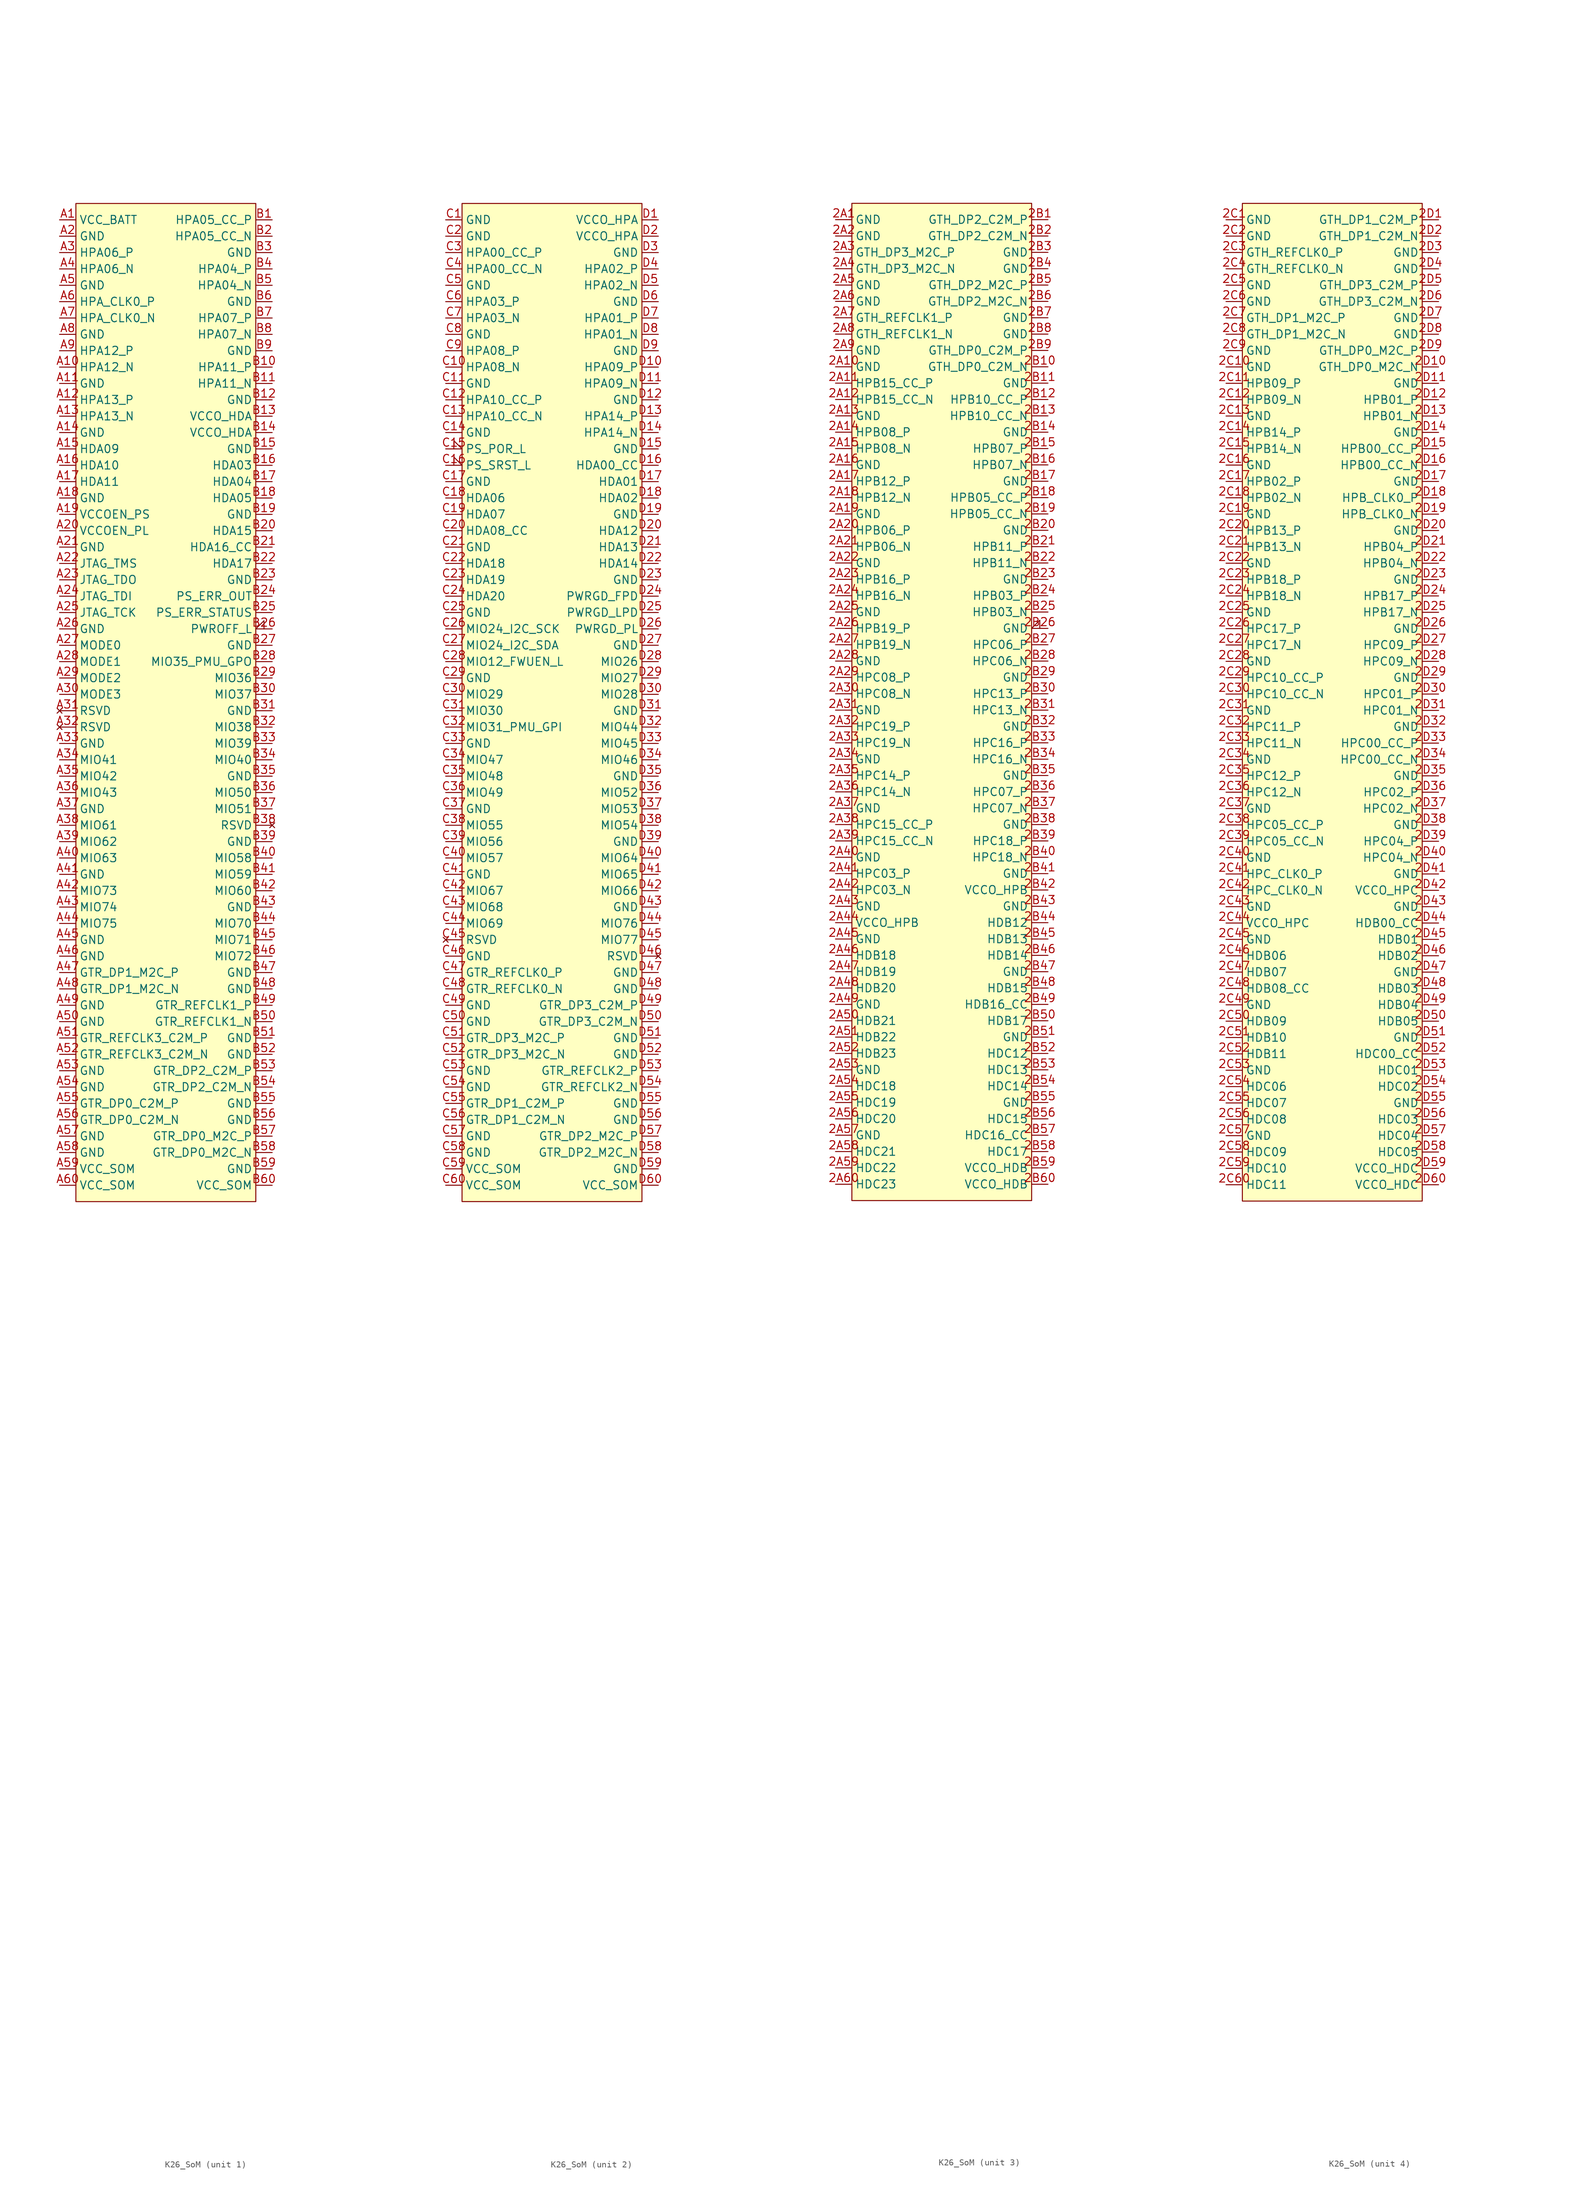
<source format=kicad_sym>
(kicad_symbol_lib
  (version 20241209)
  (generator "kicad_symbol_editor")
  (generator_version "9.0")
  (symbol "K26_SoM"
    (property "Reference" "U"
      (at 0 -78.74 0)
      (effects (font (size 1.27 1.27)) (hide yes)))
    (property "Value" ""
      (at 29.21 -198.12 0)
      (effects (font (size 1.27 1.27))))
    (property "ki_locked" ""
      (at 0 0 0)
      (effects (font (size 1.27 1.27))))
    (symbol "K26_SoM_1_1"
      (rectangle (start -13.97 77.47) (end 13.97 -77.47) (stroke (width 0) (type solid)) (fill (type background)))
      (pin power_in line (at -16.51 74.93 0) (length 2.54) (name "VCC_BATT" (effects (font (size 1.27 1.27)))) (number "A1" (effects (font (size 1.27 1.27)))))
      (pin power_in line (at -16.51 72.39 0) (length 2.54) (name "GND" (effects (font (size 1.27 1.27)))) (number "A2" (effects (font (size 1.27 1.27)))))
      (pin bidirectional line (at -16.51 69.85 0) (length 2.54) (name "HPA06_P" (effects (font (size 1.27 1.27)))) (number "A3" (effects (font (size 1.27 1.27)))))
      (pin bidirectional line (at -16.51 67.31 0) (length 2.54) (name "HPA06_N" (effects (font (size 1.27 1.27)))) (number "A4" (effects (font (size 1.27 1.27)))))
      (pin power_in line (at -16.51 64.77 0) (length 2.54) (name "GND" (effects (font (size 1.27 1.27)))) (number "A5" (effects (font (size 1.27 1.27)))))
      (pin bidirectional line (at -16.51 62.23 0) (length 2.54) (name "HPA_CLK0_P" (effects (font (size 1.27 1.27)))) (number "A6" (effects (font (size 1.27 1.27)))))
      (pin bidirectional line (at -16.51 59.69 0) (length 2.54) (name "HPA_CLK0_N" (effects (font (size 1.27 1.27)))) (number "A7" (effects (font (size 1.27 1.27)))))
      (pin power_in line (at -16.51 57.15 0) (length 2.54) (name "GND" (effects (font (size 1.27 1.27)))) (number "A8" (effects (font (size 1.27 1.27)))))
      (pin bidirectional line (at -16.51 54.61 0) (length 2.54) (name "HPA12_P" (effects (font (size 1.27 1.27)))) (number "A9" (effects (font (size 1.27 1.27)))))
      (pin bidirectional line (at -16.51 52.07 0) (length 2.54) (name "HPA12_N" (effects (font (size 1.27 1.27)))) (number "A10" (effects (font (size 1.27 1.27)))))
      (pin power_in line (at -16.51 49.53 0) (length 2.54) (name "GND" (effects (font (size 1.27 1.27)))) (number "A11" (effects (font (size 1.27 1.27)))))
      (pin bidirectional line (at -16.51 46.99 0) (length 2.54) (name "HPA13_P" (effects (font (size 1.27 1.27)))) (number "A12" (effects (font (size 1.27 1.27)))))
      (pin bidirectional line (at -16.51 44.45 0) (length 2.54) (name "HPA13_N" (effects (font (size 1.27 1.27)))) (number "A13" (effects (font (size 1.27 1.27)))))
      (pin power_in line (at -16.51 41.91 0) (length 2.54) (name "GND" (effects (font (size 1.27 1.27)))) (number "A14" (effects (font (size 1.27 1.27)))))
      (pin bidirectional line (at -16.51 39.37 0) (length 2.54) (name "HDA09" (effects (font (size 1.27 1.27)))) (number "A15" (effects (font (size 1.27 1.27)))))
      (pin bidirectional line (at -16.51 36.83 0) (length 2.54) (name "HDA10" (effects (font (size 1.27 1.27)))) (number "A16" (effects (font (size 1.27 1.27)))))
      (pin bidirectional line (at -16.51 34.29 0) (length 2.54) (name "HDA11" (effects (font (size 1.27 1.27)))) (number "A17" (effects (font (size 1.27 1.27)))))
      (pin power_in line (at -16.51 31.75 0) (length 2.54) (name "GND" (effects (font (size 1.27 1.27)))) (number "A18" (effects (font (size 1.27 1.27)))))
      (pin output line (at -16.51 29.21 0) (length 2.54) (name "VCCOEN_PS" (effects (font (size 1.27 1.27)))) (number "A19" (effects (font (size 1.27 1.27)))))
      (pin output line (at -16.51 26.67 0) (length 2.54) (name "VCCOEN_PL" (effects (font (size 1.27 1.27)))) (number "A20" (effects (font (size 1.27 1.27)))))
      (pin power_in line (at -16.51 24.13 0) (length 2.54) (name "GND" (effects (font (size 1.27 1.27)))) (number "A21" (effects (font (size 1.27 1.27)))))
      (pin input line (at -16.51 21.59 0) (length 2.54) (name "JTAG_TMS" (effects (font (size 1.27 1.27)))) (number "A22" (effects (font (size 1.27 1.27)))))
      (pin output line (at -16.51 19.05 0) (length 2.54) (name "JTAG_TDO" (effects (font (size 1.27 1.27)))) (number "A23" (effects (font (size 1.27 1.27)))))
      (pin input line (at -16.51 16.51 0) (length 2.54) (name "JTAG_TDI" (effects (font (size 1.27 1.27)))) (number "A24" (effects (font (size 1.27 1.27)))))
      (pin input line (at -16.51 13.97 0) (length 2.54) (name "JTAG_TCK" (effects (font (size 1.27 1.27)))) (number "A25" (effects (font (size 1.27 1.27)))))
      (pin power_in line (at -16.51 11.43 0) (length 2.54) (name "GND" (effects (font (size 1.27 1.27)))) (number "A26" (effects (font (size 1.27 1.27)))))
      (pin input line (at -16.51 8.89 0) (length 2.54) (name "MODE0" (effects (font (size 1.27 1.27)))) (number "A27" (effects (font (size 1.27 1.27)))))
      (pin input line (at -16.51 6.35 0) (length 2.54) (name "MODE1" (effects (font (size 1.27 1.27)))) (number "A28" (effects (font (size 1.27 1.27)))))
      (pin input line (at -16.51 3.81 0) (length 2.54) (name "MODE2" (effects (font (size 1.27 1.27)))) (number "A29" (effects (font (size 1.27 1.27)))))
      (pin input line (at -16.51 1.27 0) (length 2.54) (name "MODE3" (effects (font (size 1.27 1.27)))) (number "A30" (effects (font (size 1.27 1.27)))))
      (pin no_connect line (at -16.51 -1.27 0) (length 2.54) (name "RSVD" (effects (font (size 1.27 1.27)))) (number "A31" (effects (font (size 1.27 1.27)))))
      (pin no_connect line (at -16.51 -3.81 0) (length 2.54) (name "RSVD" (effects (font (size 1.27 1.27)))) (number "A32" (effects (font (size 1.27 1.27)))))
      (pin power_in line (at -16.51 -6.35 0) (length 2.54) (name "GND" (effects (font (size 1.27 1.27)))) (number "A33" (effects (font (size 1.27 1.27)))))
      (pin bidirectional line (at -16.51 -8.89 0) (length 2.54) (name "MIO41" (effects (font (size 1.27 1.27)))) (number "A34" (effects (font (size 1.27 1.27)))))
      (pin bidirectional line (at -16.51 -11.43 0) (length 2.54) (name "MIO42" (effects (font (size 1.27 1.27)))) (number "A35" (effects (font (size 1.27 1.27)))))
      (pin bidirectional line (at -16.51 -13.97 0) (length 2.54) (name "MIO43" (effects (font (size 1.27 1.27)))) (number "A36" (effects (font (size 1.27 1.27)))))
      (pin power_in line (at -16.51 -16.51 0) (length 2.54) (name "GND" (effects (font (size 1.27 1.27)))) (number "A37" (effects (font (size 1.27 1.27)))))
      (pin bidirectional line (at -16.51 -19.05 0) (length 2.54) (name "MIO61" (effects (font (size 1.27 1.27)))) (number "A38" (effects (font (size 1.27 1.27)))))
      (pin bidirectional line (at -16.51 -21.59 0) (length 2.54) (name "MIO62" (effects (font (size 1.27 1.27)))) (number "A39" (effects (font (size 1.27 1.27)))))
      (pin bidirectional line (at -16.51 -24.13 0) (length 2.54) (name "MIO63" (effects (font (size 1.27 1.27)))) (number "A40" (effects (font (size 1.27 1.27)))))
      (pin power_in line (at -16.51 -26.67 0) (length 2.54) (name "GND" (effects (font (size 1.27 1.27)))) (number "A41" (effects (font (size 1.27 1.27)))))
      (pin bidirectional line (at -16.51 -29.21 0) (length 2.54) (name "MIO73" (effects (font (size 1.27 1.27)))) (number "A42" (effects (font (size 1.27 1.27)))))
      (pin bidirectional line (at -16.51 -31.75 0) (length 2.54) (name "MIO74" (effects (font (size 1.27 1.27)))) (number "A43" (effects (font (size 1.27 1.27)))))
      (pin bidirectional line (at -16.51 -34.29 0) (length 2.54) (name "MIO75" (effects (font (size 1.27 1.27)))) (number "A44" (effects (font (size 1.27 1.27)))))
      (pin power_in line (at -16.51 -36.83 0) (length 2.54) (name "GND" (effects (font (size 1.27 1.27)))) (number "A45" (effects (font (size 1.27 1.27)))))
      (pin power_in line (at -16.51 -39.37 0) (length 2.54) (name "GND" (effects (font (size 1.27 1.27)))) (number "A46" (effects (font (size 1.27 1.27)))))
      (pin output line (at -16.51 -41.91 0) (length 2.54) (name "GTR_DP1_M2C_P" (effects (font (size 1.27 1.27)))) (number "A47" (effects (font (size 1.27 1.27)))))
      (pin output line (at -16.51 -44.45 0) (length 2.54) (name "GTR_DP1_M2C_N" (effects (font (size 1.27 1.27)))) (number "A48" (effects (font (size 1.27 1.27)))))
      (pin power_in line (at -16.51 -46.99 0) (length 2.54) (name "GND" (effects (font (size 1.27 1.27)))) (number "A49" (effects (font (size 1.27 1.27)))))
      (pin power_in line (at -16.51 -49.53 0) (length 2.54) (name "GND" (effects (font (size 1.27 1.27)))) (number "A50" (effects (font (size 1.27 1.27)))))
      (pin input line (at -16.51 -52.07 0) (length 2.54) (name "GTR_REFCLK3_C2M_P" (effects (font (size 1.27 1.27)))) (number "A51" (effects (font (size 1.27 1.27)))))
      (pin input line (at -16.51 -54.61 0) (length 2.54) (name "GTR_REFCLK3_C2M_N" (effects (font (size 1.27 1.27)))) (number "A52" (effects (font (size 1.27 1.27)))))
      (pin power_in line (at -16.51 -57.15 0) (length 2.54) (name "GND" (effects (font (size 1.27 1.27)))) (number "A53" (effects (font (size 1.27 1.27)))))
      (pin power_in line (at -16.51 -59.69 0) (length 2.54) (name "GND" (effects (font (size 1.27 1.27)))) (number "A54" (effects (font (size 1.27 1.27)))))
      (pin input line (at -16.51 -62.23 0) (length 2.54) (name "GTR_DP0_C2M_P" (effects (font (size 1.27 1.27)))) (number "A55" (effects (font (size 1.27 1.27)))))
      (pin input line (at -16.51 -64.77 0) (length 2.54) (name "GTR_DP0_C2M_N" (effects (font (size 1.27 1.27)))) (number "A56" (effects (font (size 1.27 1.27)))))
      (pin power_in line (at -16.51 -67.31 0) (length 2.54) (name "GND" (effects (font (size 1.27 1.27)))) (number "A57" (effects (font (size 1.27 1.27)))))
      (pin power_in line (at -16.51 -69.85 0) (length 2.54) (name "GND" (effects (font (size 1.27 1.27)))) (number "A58" (effects (font (size 1.27 1.27)))))
      (pin power_in line (at -16.51 -72.39 0) (length 2.54) (name "VCC_SOM" (effects (font (size 1.27 1.27)))) (number "A59" (effects (font (size 1.27 1.27)))))
      (pin power_in line (at -16.51 -74.93 0) (length 2.54) (name "VCC_SOM" (effects (font (size 1.27 1.27)))) (number "A60" (effects (font (size 1.27 1.27)))))
      (pin bidirectional line (at 16.51 74.93 180) (length 2.54) (name "HPA05_CC_P" (effects (font (size 1.27 1.27)))) (number "B1" (effects (font (size 1.27 1.27)))))
      (pin bidirectional line (at 16.51 72.39 180) (length 2.54) (name "HPA05_CC_N" (effects (font (size 1.27 1.27)))) (number "B2" (effects (font (size 1.27 1.27)))))
      (pin power_in line (at 16.51 69.85 180) (length 2.54) (name "GND" (effects (font (size 1.27 1.27)))) (number "B3" (effects (font (size 1.27 1.27)))))
      (pin bidirectional line (at 16.51 67.31 180) (length 2.54) (name "HPA04_P" (effects (font (size 1.27 1.27)))) (number "B4" (effects (font (size 1.27 1.27)))))
      (pin bidirectional line (at 16.51 64.77 180) (length 2.54) (name "HPA04_N" (effects (font (size 1.27 1.27)))) (number "B5" (effects (font (size 1.27 1.27)))))
      (pin power_in line (at 16.51 62.23 180) (length 2.54) (name "GND" (effects (font (size 1.27 1.27)))) (number "B6" (effects (font (size 1.27 1.27)))))
      (pin bidirectional line (at 16.51 59.69 180) (length 2.54) (name "HPA07_P" (effects (font (size 1.27 1.27)))) (number "B7" (effects (font (size 1.27 1.27)))))
      (pin bidirectional line (at 16.51 57.15 180) (length 2.54) (name "HPA07_N" (effects (font (size 1.27 1.27)))) (number "B8" (effects (font (size 1.27 1.27)))))
      (pin power_in line (at 16.51 54.61 180) (length 2.54) (name "GND" (effects (font (size 1.27 1.27)))) (number "B9" (effects (font (size 1.27 1.27)))))
      (pin bidirectional line (at 16.51 52.07 180) (length 2.54) (name "HPA11_P" (effects (font (size 1.27 1.27)))) (number "B10" (effects (font (size 1.27 1.27)))))
      (pin bidirectional line (at 16.51 49.53 180) (length 2.54) (name "HPA11_N" (effects (font (size 1.27 1.27)))) (number "B11" (effects (font (size 1.27 1.27)))))
      (pin power_in line (at 16.51 46.99 180) (length 2.54) (name "GND" (effects (font (size 1.27 1.27)))) (number "B12" (effects (font (size 1.27 1.27)))))
      (pin power_in line (at 16.51 44.45 180) (length 2.54) (name "VCCO_HDA" (effects (font (size 1.27 1.27)))) (number "B13" (effects (font (size 1.27 1.27)))))
      (pin power_in line (at 16.51 41.91 180) (length 2.54) (name "VCCO_HDA" (effects (font (size 1.27 1.27)))) (number "B14" (effects (font (size 1.27 1.27)))))
      (pin power_in line (at 16.51 39.37 180) (length 2.54) (name "GND" (effects (font (size 1.27 1.27)))) (number "B15" (effects (font (size 1.27 1.27)))))
      (pin bidirectional line (at 16.51 36.83 180) (length 2.54) (name "HDA03" (effects (font (size 1.27 1.27)))) (number "B16" (effects (font (size 1.27 1.27)))))
      (pin bidirectional line (at 16.51 34.29 180) (length 2.54) (name "HDA04" (effects (font (size 1.27 1.27)))) (number "B17" (effects (font (size 1.27 1.27)))))
      (pin bidirectional line (at 16.51 31.75 180) (length 2.54) (name "HDA05" (effects (font (size 1.27 1.27)))) (number "B18" (effects (font (size 1.27 1.27)))))
      (pin power_in line (at 16.51 29.21 180) (length 2.54) (name "GND" (effects (font (size 1.27 1.27)))) (number "B19" (effects (font (size 1.27 1.27)))))
      (pin bidirectional line (at 16.51 26.67 180) (length 2.54) (name "HDA15" (effects (font (size 1.27 1.27)))) (number "B20" (effects (font (size 1.27 1.27)))))
      (pin bidirectional line (at 16.51 24.13 180) (length 2.54) (name "HDA16_CC" (effects (font (size 1.27 1.27)))) (number "B21" (effects (font (size 1.27 1.27)))))
      (pin bidirectional line (at 16.51 21.59 180) (length 2.54) (name "HDA17" (effects (font (size 1.27 1.27)))) (number "B22" (effects (font (size 1.27 1.27)))))
      (pin power_in line (at 16.51 19.05 180) (length 2.54) (name "GND" (effects (font (size 1.27 1.27)))) (number "B23" (effects (font (size 1.27 1.27)))))
      (pin output line (at 16.51 16.51 180) (length 2.54) (name "PS_ERR_OUT" (effects (font (size 1.27 1.27)))) (number "B24" (effects (font (size 1.27 1.27)))))
      (pin output line (at 16.51 13.97 180) (length 2.54) (name "PS_ERR_STATUS" (effects (font (size 1.27 1.27)))) (number "B25" (effects (font (size 1.27 1.27)))))
      (pin input input_low (at 16.51 11.43 180) (length 2.54) (name "PWROFF_L" (effects (font (size 1.27 1.27)))) (number "B26" (effects (font (size 1.27 1.27)))))
      (pin power_in line (at 16.51 8.89 180) (length 2.54) (name "GND" (effects (font (size 1.27 1.27)))) (number "B27" (effects (font (size 1.27 1.27)))))
      (pin output line (at 16.51 6.35 180) (length 2.54) (name "MIO35_PMU_GPO" (effects (font (size 1.27 1.27)))) (number "B28" (effects (font (size 1.27 1.27)))))
      (pin bidirectional line (at 16.51 3.81 180) (length 2.54) (name "MIO36" (effects (font (size 1.27 1.27)))) (number "B29" (effects (font (size 1.27 1.27)))))
      (pin bidirectional line (at 16.51 1.27 180) (length 2.54) (name "MIO37" (effects (font (size 1.27 1.27)))) (number "B30" (effects (font (size 1.27 1.27)))))
      (pin power_in line (at 16.51 -1.27 180) (length 2.54) (name "GND" (effects (font (size 1.27 1.27)))) (number "B31" (effects (font (size 1.27 1.27)))))
      (pin bidirectional line (at 16.51 -3.81 180) (length 2.54) (name "MIO38" (effects (font (size 1.27 1.27)))) (number "B32" (effects (font (size 1.27 1.27)))))
      (pin bidirectional line (at 16.51 -6.35 180) (length 2.54) (name "MIO39" (effects (font (size 1.27 1.27)))) (number "B33" (effects (font (size 1.27 1.27)))))
      (pin bidirectional line (at 16.51 -8.89 180) (length 2.54) (name "MIO40" (effects (font (size 1.27 1.27)))) (number "B34" (effects (font (size 1.27 1.27)))))
      (pin power_in line (at 16.51 -11.43 180) (length 2.54) (name "GND" (effects (font (size 1.27 1.27)))) (number "B35" (effects (font (size 1.27 1.27)))))
      (pin bidirectional line (at 16.51 -13.97 180) (length 2.54) (name "MIO50" (effects (font (size 1.27 1.27)))) (number "B36" (effects (font (size 1.27 1.27)))))
      (pin bidirectional line (at 16.51 -16.51 180) (length 2.54) (name "MIO51" (effects (font (size 1.27 1.27)))) (number "B37" (effects (font (size 1.27 1.27)))))
      (pin no_connect line (at 16.51 -19.05 180) (length 2.54) (name "RSVD" (effects (font (size 1.27 1.27)))) (number "B38" (effects (font (size 1.27 1.27)))))
      (pin power_in line (at 16.51 -21.59 180) (length 2.54) (name "GND" (effects (font (size 1.27 1.27)))) (number "B39" (effects (font (size 1.27 1.27)))))
      (pin bidirectional line (at 16.51 -24.13 180) (length 2.54) (name "MIO58" (effects (font (size 1.27 1.27)))) (number "B40" (effects (font (size 1.27 1.27)))))
      (pin bidirectional line (at 16.51 -26.67 180) (length 2.54) (name "MIO59" (effects (font (size 1.27 1.27)))) (number "B41" (effects (font (size 1.27 1.27)))))
      (pin bidirectional line (at 16.51 -29.21 180) (length 2.54) (name "MIO60" (effects (font (size 1.27 1.27)))) (number "B42" (effects (font (size 1.27 1.27)))))
      (pin power_in line (at 16.51 -31.75 180) (length 2.54) (name "GND" (effects (font (size 1.27 1.27)))) (number "B43" (effects (font (size 1.27 1.27)))))
      (pin bidirectional line (at 16.51 -34.29 180) (length 2.54) (name "MIO70" (effects (font (size 1.27 1.27)))) (number "B44" (effects (font (size 1.27 1.27)))))
      (pin bidirectional line (at 16.51 -36.83 180) (length 2.54) (name "MIO71" (effects (font (size 1.27 1.27)))) (number "B45" (effects (font (size 1.27 1.27)))))
      (pin bidirectional line (at 16.51 -39.37 180) (length 2.54) (name "MIO72" (effects (font (size 1.27 1.27)))) (number "B46" (effects (font (size 1.27 1.27)))))
      (pin power_in line (at 16.51 -41.91 180) (length 2.54) (name "GND" (effects (font (size 1.27 1.27)))) (number "B47" (effects (font (size 1.27 1.27)))))
      (pin power_in line (at 16.51 -44.45 180) (length 2.54) (name "GND" (effects (font (size 1.27 1.27)))) (number "B48" (effects (font (size 1.27 1.27)))))
      (pin input line (at 16.51 -46.99 180) (length 2.54) (name "GTR_REFCLK1_P" (effects (font (size 1.27 1.27)))) (number "B49" (effects (font (size 1.27 1.27)))))
      (pin input line (at 16.51 -49.53 180) (length 2.54) (name "GTR_REFCLK1_N" (effects (font (size 1.27 1.27)))) (number "B50" (effects (font (size 1.27 1.27)))))
      (pin power_in line (at 16.51 -52.07 180) (length 2.54) (name "GND" (effects (font (size 1.27 1.27)))) (number "B51" (effects (font (size 1.27 1.27)))))
      (pin power_in line (at 16.51 -54.61 180) (length 2.54) (name "GND" (effects (font (size 1.27 1.27)))) (number "B52" (effects (font (size 1.27 1.27)))))
      (pin input line (at 16.51 -57.15 180) (length 2.54) (name "GTR_DP2_C2M_P" (effects (font (size 1.27 1.27)))) (number "B53" (effects (font (size 1.27 1.27)))))
      (pin input line (at 16.51 -59.69 180) (length 2.54) (name "GTR_DP2_C2M_N" (effects (font (size 1.27 1.27)))) (number "B54" (effects (font (size 1.27 1.27)))))
      (pin power_in line (at 16.51 -62.23 180) (length 2.54) (name "GND" (effects (font (size 1.27 1.27)))) (number "B55" (effects (font (size 1.27 1.27)))))
      (pin power_in line (at 16.51 -64.77 180) (length 2.54) (name "GND" (effects (font (size 1.27 1.27)))) (number "B56" (effects (font (size 1.27 1.27)))))
      (pin output line (at 16.51 -67.31 180) (length 2.54) (name "GTR_DP0_M2C_P" (effects (font (size 1.27 1.27)))) (number "B57" (effects (font (size 1.27 1.27)))))
      (pin output line (at 16.51 -69.85 180) (length 2.54) (name "GTR_DP0_M2C_N" (effects (font (size 1.27 1.27)))) (number "B58" (effects (font (size 1.27 1.27)))))
      (pin power_in line (at 16.51 -72.39 180) (length 2.54) (name "GND" (effects (font (size 1.27 1.27)))) (number "B59" (effects (font (size 1.27 1.27)))))
      (pin power_in line (at 16.51 -74.93 180) (length 2.54) (name "VCC_SOM" (effects (font (size 1.27 1.27)))) (number "B60" (effects (font (size 1.27 1.27))))))
    (symbol "K26_SoM_2_1"
      (rectangle (start -13.97 77.47) (end 13.97 -77.47) (stroke (width 0) (type solid)) (fill (type background)))
      (pin power_in line (at -16.51 74.93 0) (length 2.54) (name "GND" (effects (font (size 1.27 1.27)))) (number "C1" (effects (font (size 1.27 1.27)))))
      (pin power_in line (at -16.51 72.39 0) (length 2.54) (name "GND" (effects (font (size 1.27 1.27)))) (number "C2" (effects (font (size 1.27 1.27)))))
      (pin bidirectional line (at -16.51 69.85 0) (length 2.54) (name "HPA00_CC_P" (effects (font (size 1.27 1.27)))) (number "C3" (effects (font (size 1.27 1.27)))))
      (pin bidirectional line (at -16.51 67.31 0) (length 2.54) (name "HPA00_CC_N" (effects (font (size 1.27 1.27)))) (number "C4" (effects (font (size 1.27 1.27)))))
      (pin power_in line (at -16.51 64.77 0) (length 2.54) (name "GND" (effects (font (size 1.27 1.27)))) (number "C5" (effects (font (size 1.27 1.27)))))
      (pin bidirectional line (at -16.51 62.23 0) (length 2.54) (name "HPA03_P" (effects (font (size 1.27 1.27)))) (number "C6" (effects (font (size 1.27 1.27)))))
      (pin bidirectional line (at -16.51 59.69 0) (length 2.54) (name "HPA03_N" (effects (font (size 1.27 1.27)))) (number "C7" (effects (font (size 1.27 1.27)))))
      (pin power_in line (at -16.51 57.15 0) (length 2.54) (name "GND" (effects (font (size 1.27 1.27)))) (number "C8" (effects (font (size 1.27 1.27)))))
      (pin bidirectional line (at -16.51 54.61 0) (length 2.54) (name "HPA08_P" (effects (font (size 1.27 1.27)))) (number "C9" (effects (font (size 1.27 1.27)))))
      (pin bidirectional line (at -16.51 52.07 0) (length 2.54) (name "HPA08_N" (effects (font (size 1.27 1.27)))) (number "C10" (effects (font (size 1.27 1.27)))))
      (pin power_in line (at -16.51 49.53 0) (length 2.54) (name "GND" (effects (font (size 1.27 1.27)))) (number "C11" (effects (font (size 1.27 1.27)))))
      (pin bidirectional line (at -16.51 46.99 0) (length 2.54) (name "HPA10_CC_P" (effects (font (size 1.27 1.27)))) (number "C12" (effects (font (size 1.27 1.27)))))
      (pin bidirectional line (at -16.51 44.45 0) (length 2.54) (name "HPA10_CC_N" (effects (font (size 1.27 1.27)))) (number "C13" (effects (font (size 1.27 1.27)))))
      (pin power_in line (at -16.51 41.91 0) (length 2.54) (name "GND" (effects (font (size 1.27 1.27)))) (number "C14" (effects (font (size 1.27 1.27)))))
      (pin input input_low (at -16.51 39.37 0) (length 2.54) (name "PS_POR_L" (effects (font (size 1.27 1.27)))) (number "C15" (effects (font (size 1.27 1.27)))))
      (pin input input_low (at -16.51 36.83 0) (length 2.54) (name "PS_SRST_L" (effects (font (size 1.27 1.27)))) (number "C16" (effects (font (size 1.27 1.27)))))
      (pin power_in line (at -16.51 34.29 0) (length 2.54) (name "GND" (effects (font (size 1.27 1.27)))) (number "C17" (effects (font (size 1.27 1.27)))))
      (pin bidirectional line (at -16.51 31.75 0) (length 2.54) (name "HDA06" (effects (font (size 1.27 1.27)))) (number "C18" (effects (font (size 1.27 1.27)))))
      (pin bidirectional line (at -16.51 29.21 0) (length 2.54) (name "HDA07" (effects (font (size 1.27 1.27)))) (number "C19" (effects (font (size 1.27 1.27)))))
      (pin bidirectional line (at -16.51 26.67 0) (length 2.54) (name "HDA08_CC" (effects (font (size 1.27 1.27)))) (number "C20" (effects (font (size 1.27 1.27)))))
      (pin power_in line (at -16.51 24.13 0) (length 2.54) (name "GND" (effects (font (size 1.27 1.27)))) (number "C21" (effects (font (size 1.27 1.27)))))
      (pin bidirectional line (at -16.51 21.59 0) (length 2.54) (name "HDA18" (effects (font (size 1.27 1.27)))) (number "C22" (effects (font (size 1.27 1.27)))))
      (pin bidirectional line (at -16.51 19.05 0) (length 2.54) (name "HDA19" (effects (font (size 1.27 1.27)))) (number "C23" (effects (font (size 1.27 1.27)))))
      (pin bidirectional line (at -16.51 16.51 0) (length 2.54) (name "HDA20" (effects (font (size 1.27 1.27)))) (number "C24" (effects (font (size 1.27 1.27)))))
      (pin power_in line (at -16.51 13.97 0) (length 2.54) (name "GND" (effects (font (size 1.27 1.27)))) (number "C25" (effects (font (size 1.27 1.27)))))
      (pin output line (at -16.51 11.43 0) (length 2.54) (name "MIO24_I2C_SCK" (effects (font (size 1.27 1.27)))) (number "C26" (effects (font (size 1.27 1.27)))))
      (pin bidirectional line (at -16.51 8.89 0) (length 2.54) (name "MIO24_I2C_SDA" (effects (font (size 1.27 1.27)))) (number "C27" (effects (font (size 1.27 1.27)))))
      (pin input line (at -16.51 6.35 0) (length 2.54) (name "MIO12_FWUEN_L" (effects (font (size 1.27 1.27)))) (number "C28" (effects (font (size 1.27 1.27)))))
      (pin power_in line (at -16.51 3.81 0) (length 2.54) (name "GND" (effects (font (size 1.27 1.27)))) (number "C29" (effects (font (size 1.27 1.27)))))
      (pin bidirectional line (at -16.51 1.27 0) (length 2.54) (name "MIO29" (effects (font (size 1.27 1.27)))) (number "C30" (effects (font (size 1.27 1.27)))))
      (pin bidirectional line (at -16.51 -1.27 0) (length 2.54) (name "MIO30" (effects (font (size 1.27 1.27)))) (number "C31" (effects (font (size 1.27 1.27)))))
      (pin input line (at -16.51 -3.81 0) (length 2.54) (name "MIO31_PMU_GPI" (effects (font (size 1.27 1.27)))) (number "C32" (effects (font (size 1.27 1.27)))))
      (pin power_in line (at -16.51 -6.35 0) (length 2.54) (name "GND" (effects (font (size 1.27 1.27)))) (number "C33" (effects (font (size 1.27 1.27)))))
      (pin bidirectional line (at -16.51 -8.89 0) (length 2.54) (name "MIO47" (effects (font (size 1.27 1.27)))) (number "C34" (effects (font (size 1.27 1.27)))))
      (pin bidirectional line (at -16.51 -11.43 0) (length 2.54) (name "MIO48" (effects (font (size 1.27 1.27)))) (number "C35" (effects (font (size 1.27 1.27)))))
      (pin bidirectional line (at -16.51 -13.97 0) (length 2.54) (name "MIO49" (effects (font (size 1.27 1.27)))) (number "C36" (effects (font (size 1.27 1.27)))))
      (pin power_in line (at -16.51 -16.51 0) (length 2.54) (name "GND" (effects (font (size 1.27 1.27)))) (number "C37" (effects (font (size 1.27 1.27)))))
      (pin bidirectional line (at -16.51 -19.05 0) (length 2.54) (name "MIO55" (effects (font (size 1.27 1.27)))) (number "C38" (effects (font (size 1.27 1.27)))))
      (pin bidirectional line (at -16.51 -21.59 0) (length 2.54) (name "MIO56" (effects (font (size 1.27 1.27)))) (number "C39" (effects (font (size 1.27 1.27)))))
      (pin bidirectional line (at -16.51 -24.13 0) (length 2.54) (name "MIO57" (effects (font (size 1.27 1.27)))) (number "C40" (effects (font (size 1.27 1.27)))))
      (pin power_in line (at -16.51 -26.67 0) (length 2.54) (name "GND" (effects (font (size 1.27 1.27)))) (number "C41" (effects (font (size 1.27 1.27)))))
      (pin bidirectional line (at -16.51 -29.21 0) (length 2.54) (name "MIO67" (effects (font (size 1.27 1.27)))) (number "C42" (effects (font (size 1.27 1.27)))))
      (pin bidirectional line (at -16.51 -31.75 0) (length 2.54) (name "MIO68" (effects (font (size 1.27 1.27)))) (number "C43" (effects (font (size 1.27 1.27)))))
      (pin bidirectional line (at -16.51 -34.29 0) (length 2.54) (name "MIO69" (effects (font (size 1.27 1.27)))) (number "C44" (effects (font (size 1.27 1.27)))))
      (pin no_connect line (at -16.51 -36.83 0) (length 2.54) (name "RSVD" (effects (font (size 1.27 1.27)))) (number "C45" (effects (font (size 1.27 1.27)))))
      (pin power_in line (at -16.51 -39.37 0) (length 2.54) (name "GND" (effects (font (size 1.27 1.27)))) (number "C46" (effects (font (size 1.27 1.27)))))
      (pin input line (at -16.51 -41.91 0) (length 2.54) (name "GTR_REFCLK0_P" (effects (font (size 1.27 1.27)))) (number "C47" (effects (font (size 1.27 1.27)))))
      (pin input line (at -16.51 -44.45 0) (length 2.54) (name "GTR_REFCLK0_N" (effects (font (size 1.27 1.27)))) (number "C48" (effects (font (size 1.27 1.27)))))
      (pin power_in line (at -16.51 -46.99 0) (length 2.54) (name "GND" (effects (font (size 1.27 1.27)))) (number "C49" (effects (font (size 1.27 1.27)))))
      (pin power_in line (at -16.51 -49.53 0) (length 2.54) (name "GND" (effects (font (size 1.27 1.27)))) (number "C50" (effects (font (size 1.27 1.27)))))
      (pin output line (at -16.51 -52.07 0) (length 2.54) (name "GTR_DP3_M2C_P" (effects (font (size 1.27 1.27)))) (number "C51" (effects (font (size 1.27 1.27)))))
      (pin output line (at -16.51 -54.61 0) (length 2.54) (name "GTR_DP3_M2C_N" (effects (font (size 1.27 1.27)))) (number "C52" (effects (font (size 1.27 1.27)))))
      (pin power_in line (at -16.51 -57.15 0) (length 2.54) (name "GND" (effects (font (size 1.27 1.27)))) (number "C53" (effects (font (size 1.27 1.27)))))
      (pin power_in line (at -16.51 -59.69 0) (length 2.54) (name "GND" (effects (font (size 1.27 1.27)))) (number "C54" (effects (font (size 1.27 1.27)))))
      (pin input line (at -16.51 -62.23 0) (length 2.54) (name "GTR_DP1_C2M_P" (effects (font (size 1.27 1.27)))) (number "C55" (effects (font (size 1.27 1.27)))))
      (pin input line (at -16.51 -64.77 0) (length 2.54) (name "GTR_DP1_C2M_N" (effects (font (size 1.27 1.27)))) (number "C56" (effects (font (size 1.27 1.27)))))
      (pin power_in line (at -16.51 -67.31 0) (length 2.54) (name "GND" (effects (font (size 1.27 1.27)))) (number "C57" (effects (font (size 1.27 1.27)))))
      (pin power_in line (at -16.51 -69.85 0) (length 2.54) (name "GND" (effects (font (size 1.27 1.27)))) (number "C58" (effects (font (size 1.27 1.27)))))
      (pin power_in line (at -16.51 -72.39 0) (length 2.54) (name "VCC_SOM" (effects (font (size 1.27 1.27)))) (number "C59" (effects (font (size 1.27 1.27)))))
      (pin power_in line (at -16.51 -74.93 0) (length 2.54) (name "VCC_SOM" (effects (font (size 1.27 1.27)))) (number "C60" (effects (font (size 1.27 1.27)))))
      (pin power_in line (at 16.51 74.93 180) (length 2.54) (name "VCCO_HPA" (effects (font (size 1.27 1.27)))) (number "D1" (effects (font (size 1.27 1.27)))))
      (pin power_in line (at 16.51 72.39 180) (length 2.54) (name "VCCO_HPA" (effects (font (size 1.27 1.27)))) (number "D2" (effects (font (size 1.27 1.27)))))
      (pin power_in line (at 16.51 69.85 180) (length 2.54) (name "GND" (effects (font (size 1.27 1.27)))) (number "D3" (effects (font (size 1.27 1.27)))))
      (pin bidirectional line (at 16.51 67.31 180) (length 2.54) (name "HPA02_P" (effects (font (size 1.27 1.27)))) (number "D4" (effects (font (size 1.27 1.27)))))
      (pin bidirectional line (at 16.51 64.77 180) (length 2.54) (name "HPA02_N" (effects (font (size 1.27 1.27)))) (number "D5" (effects (font (size 1.27 1.27)))))
      (pin power_in line (at 16.51 62.23 180) (length 2.54) (name "GND" (effects (font (size 1.27 1.27)))) (number "D6" (effects (font (size 1.27 1.27)))))
      (pin bidirectional line (at 16.51 59.69 180) (length 2.54) (name "HPA01_P" (effects (font (size 1.27 1.27)))) (number "D7" (effects (font (size 1.27 1.27)))))
      (pin bidirectional line (at 16.51 57.15 180) (length 2.54) (name "HPA01_N" (effects (font (size 1.27 1.27)))) (number "D8" (effects (font (size 1.27 1.27)))))
      (pin power_in line (at 16.51 54.61 180) (length 2.54) (name "GND" (effects (font (size 1.27 1.27)))) (number "D9" (effects (font (size 1.27 1.27)))))
      (pin bidirectional line (at 16.51 52.07 180) (length 2.54) (name "HPA09_P" (effects (font (size 1.27 1.27)))) (number "D10" (effects (font (size 1.27 1.27)))))
      (pin bidirectional line (at 16.51 49.53 180) (length 2.54) (name "HPA09_N" (effects (font (size 1.27 1.27)))) (number "D11" (effects (font (size 1.27 1.27)))))
      (pin power_in line (at 16.51 46.99 180) (length 2.54) (name "GND" (effects (font (size 1.27 1.27)))) (number "D12" (effects (font (size 1.27 1.27)))))
      (pin bidirectional line (at 16.51 44.45 180) (length 2.54) (name "HPA14_P" (effects (font (size 1.27 1.27)))) (number "D13" (effects (font (size 1.27 1.27)))))
      (pin bidirectional line (at 16.51 41.91 180) (length 2.54) (name "HPA14_N" (effects (font (size 1.27 1.27)))) (number "D14" (effects (font (size 1.27 1.27)))))
      (pin power_in line (at 16.51 39.37 180) (length 2.54) (name "GND" (effects (font (size 1.27 1.27)))) (number "D15" (effects (font (size 1.27 1.27)))))
      (pin bidirectional line (at 16.51 36.83 180) (length 2.54) (name "HDA00_CC" (effects (font (size 1.27 1.27)))) (number "D16" (effects (font (size 1.27 1.27)))))
      (pin bidirectional line (at 16.51 34.29 180) (length 2.54) (name "HDA01" (effects (font (size 1.27 1.27)))) (number "D17" (effects (font (size 1.27 1.27)))))
      (pin bidirectional line (at 16.51 31.75 180) (length 2.54) (name "HDA02" (effects (font (size 1.27 1.27)))) (number "D18" (effects (font (size 1.27 1.27)))))
      (pin power_in line (at 16.51 29.21 180) (length 2.54) (name "GND" (effects (font (size 1.27 1.27)))) (number "D19" (effects (font (size 1.27 1.27)))))
      (pin bidirectional line (at 16.51 26.67 180) (length 2.54) (name "HDA12" (effects (font (size 1.27 1.27)))) (number "D20" (effects (font (size 1.27 1.27)))))
      (pin bidirectional line (at 16.51 24.13 180) (length 2.54) (name "HDA13" (effects (font (size 1.27 1.27)))) (number "D21" (effects (font (size 1.27 1.27)))))
      (pin bidirectional line (at 16.51 21.59 180) (length 2.54) (name "HDA14" (effects (font (size 1.27 1.27)))) (number "D22" (effects (font (size 1.27 1.27)))))
      (pin power_in line (at 16.51 19.05 180) (length 2.54) (name "GND" (effects (font (size 1.27 1.27)))) (number "D23" (effects (font (size 1.27 1.27)))))
      (pin output line (at 16.51 16.51 180) (length 2.54) (name "PWRGD_FPD" (effects (font (size 1.27 1.27)))) (number "D24" (effects (font (size 1.27 1.27)))))
      (pin output line (at 16.51 13.97 180) (length 2.54) (name "PWRGD_LPD" (effects (font (size 1.27 1.27)))) (number "D25" (effects (font (size 1.27 1.27)))))
      (pin output line (at 16.51 11.43 180) (length 2.54) (name "PWRGD_PL" (effects (font (size 1.27 1.27)))) (number "D26" (effects (font (size 1.27 1.27)))))
      (pin power_in line (at 16.51 8.89 180) (length 2.54) (name "GND" (effects (font (size 1.27 1.27)))) (number "D27" (effects (font (size 1.27 1.27)))))
      (pin bidirectional line (at 16.51 6.35 180) (length 2.54) (name "MIO26" (effects (font (size 1.27 1.27)))) (number "D28" (effects (font (size 1.27 1.27)))))
      (pin bidirectional line (at 16.51 3.81 180) (length 2.54) (name "MIO27" (effects (font (size 1.27 1.27)))) (number "D29" (effects (font (size 1.27 1.27)))))
      (pin bidirectional line (at 16.51 1.27 180) (length 2.54) (name "MIO28" (effects (font (size 1.27 1.27)))) (number "D30" (effects (font (size 1.27 1.27)))))
      (pin power_in line (at 16.51 -1.27 180) (length 2.54) (name "GND" (effects (font (size 1.27 1.27)))) (number "D31" (effects (font (size 1.27 1.27)))))
      (pin bidirectional line (at 16.51 -3.81 180) (length 2.54) (name "MIO44" (effects (font (size 1.27 1.27)))) (number "D32" (effects (font (size 1.27 1.27)))))
      (pin bidirectional line (at 16.51 -6.35 180) (length 2.54) (name "MIO45" (effects (font (size 1.27 1.27)))) (number "D33" (effects (font (size 1.27 1.27)))))
      (pin bidirectional line (at 16.51 -8.89 180) (length 2.54) (name "MIO46" (effects (font (size 1.27 1.27)))) (number "D34" (effects (font (size 1.27 1.27)))))
      (pin power_in line (at 16.51 -11.43 180) (length 2.54) (name "GND" (effects (font (size 1.27 1.27)))) (number "D35" (effects (font (size 1.27 1.27)))))
      (pin bidirectional line (at 16.51 -13.97 180) (length 2.54) (name "MIO52" (effects (font (size 1.27 1.27)))) (number "D36" (effects (font (size 1.27 1.27)))))
      (pin bidirectional line (at 16.51 -16.51 180) (length 2.54) (name "MIO53" (effects (font (size 1.27 1.27)))) (number "D37" (effects (font (size 1.27 1.27)))))
      (pin bidirectional line (at 16.51 -19.05 180) (length 2.54) (name "MIO54" (effects (font (size 1.27 1.27)))) (number "D38" (effects (font (size 1.27 1.27)))))
      (pin power_in line (at 16.51 -21.59 180) (length 2.54) (name "GND" (effects (font (size 1.27 1.27)))) (number "D39" (effects (font (size 1.27 1.27)))))
      (pin bidirectional line (at 16.51 -24.13 180) (length 2.54) (name "MIO64" (effects (font (size 1.27 1.27)))) (number "D40" (effects (font (size 1.27 1.27)))))
      (pin bidirectional line (at 16.51 -26.67 180) (length 2.54) (name "MIO65" (effects (font (size 1.27 1.27)))) (number "D41" (effects (font (size 1.27 1.27)))))
      (pin bidirectional line (at 16.51 -29.21 180) (length 2.54) (name "MIO66" (effects (font (size 1.27 1.27)))) (number "D42" (effects (font (size 1.27 1.27)))))
      (pin power_in line (at 16.51 -31.75 180) (length 2.54) (name "GND" (effects (font (size 1.27 1.27)))) (number "D43" (effects (font (size 1.27 1.27)))))
      (pin bidirectional line (at 16.51 -34.29 180) (length 2.54) (name "MIO76" (effects (font (size 1.27 1.27)))) (number "D44" (effects (font (size 1.27 1.27)))))
      (pin bidirectional line (at 16.51 -36.83 180) (length 2.54) (name "MIO77" (effects (font (size 1.27 1.27)))) (number "D45" (effects (font (size 1.27 1.27)))))
      (pin no_connect line (at 16.51 -39.37 180) (length 2.54) (name "RSVD" (effects (font (size 1.27 1.27)))) (number "D46" (effects (font (size 1.27 1.27)))))
      (pin power_in line (at 16.51 -41.91 180) (length 2.54) (name "GND" (effects (font (size 1.27 1.27)))) (number "D47" (effects (font (size 1.27 1.27)))))
      (pin power_in line (at 16.51 -44.45 180) (length 2.54) (name "GND" (effects (font (size 1.27 1.27)))) (number "D48" (effects (font (size 1.27 1.27)))))
      (pin input line (at 16.51 -46.99 180) (length 2.54) (name "GTR_DP3_C2M_P" (effects (font (size 1.27 1.27)))) (number "D49" (effects (font (size 1.27 1.27)))))
      (pin input line (at 16.51 -49.53 180) (length 2.54) (name "GTR_DP3_C2M_N" (effects (font (size 1.27 1.27)))) (number "D50" (effects (font (size 1.27 1.27)))))
      (pin power_in line (at 16.51 -52.07 180) (length 2.54) (name "GND" (effects (font (size 1.27 1.27)))) (number "D51" (effects (font (size 1.27 1.27)))))
      (pin power_in line (at 16.51 -54.61 180) (length 2.54) (name "GND" (effects (font (size 1.27 1.27)))) (number "D52" (effects (font (size 1.27 1.27)))))
      (pin input line (at 16.51 -57.15 180) (length 2.54) (name "GTR_REFCLK2_P" (effects (font (size 1.27 1.27)))) (number "D53" (effects (font (size 1.27 1.27)))))
      (pin input line (at 16.51 -59.69 180) (length 2.54) (name "GTR_REFCLK2_N" (effects (font (size 1.27 1.27)))) (number "D54" (effects (font (size 1.27 1.27)))))
      (pin power_in line (at 16.51 -62.23 180) (length 2.54) (name "GND" (effects (font (size 1.27 1.27)))) (number "D55" (effects (font (size 1.27 1.27)))))
      (pin power_in line (at 16.51 -64.77 180) (length 2.54) (name "GND" (effects (font (size 1.27 1.27)))) (number "D56" (effects (font (size 1.27 1.27)))))
      (pin output line (at 16.51 -67.31 180) (length 2.54) (name "GTR_DP2_M2C_P" (effects (font (size 1.27 1.27)))) (number "D57" (effects (font (size 1.27 1.27)))))
      (pin output line (at 16.51 -69.85 180) (length 2.54) (name "GTR_DP2_M2C_N" (effects (font (size 1.27 1.27)))) (number "D58" (effects (font (size 1.27 1.27)))))
      (pin power_in line (at 16.51 -72.39 180) (length 2.54) (name "GND" (effects (font (size 1.27 1.27)))) (number "D59" (effects (font (size 1.27 1.27)))))
      (pin power_in line (at 16.51 -74.93 180) (length 2.54) (name "VCC_SOM" (effects (font (size 1.27 1.27)))) (number "D60" (effects (font (size 1.27 1.27))))))
    (symbol "K26_SoM_3_1"
      (rectangle (start -13.97 77.47) (end 13.97 -77.47) (stroke (width 0) (type solid)) (fill (type background)))
      (pin power_in line (at -16.51 74.93 0) (length 2.54) (name "GND" (effects (font (size 1.27 1.27)))) (number "2A1" (effects (font (size 1.27 1.27)))))
      (pin power_in line (at -16.51 72.39 0) (length 2.54) (name "GND" (effects (font (size 1.27 1.27)))) (number "2A2" (effects (font (size 1.27 1.27)))))
      (pin output line (at -16.51 69.85 0) (length 2.54) (name "GTH_DP3_M2C_P" (effects (font (size 1.27 1.27)))) (number "2A3" (effects (font (size 1.27 1.27)))))
      (pin output line (at -16.51 67.31 0) (length 2.54) (name "GTH_DP3_M2C_N" (effects (font (size 1.27 1.27)))) (number "2A4" (effects (font (size 1.27 1.27)))))
      (pin power_in line (at -16.51 64.77 0) (length 2.54) (name "GND" (effects (font (size 1.27 1.27)))) (number "2A5" (effects (font (size 1.27 1.27)))))
      (pin power_in line (at -16.51 62.23 0) (length 2.54) (name "GND" (effects (font (size 1.27 1.27)))) (number "2A6" (effects (font (size 1.27 1.27)))))
      (pin input line (at -16.51 59.69 0) (length 2.54) (name "GTH_REFCLK1_P" (effects (font (size 1.27 1.27)))) (number "2A7" (effects (font (size 1.27 1.27)))))
      (pin input line (at -16.51 57.15 0) (length 2.54) (name "GTH_REFCLK1_N" (effects (font (size 1.27 1.27)))) (number "2A8" (effects (font (size 1.27 1.27)))))
      (pin power_in line (at -16.51 54.61 0) (length 2.54) (name "GND" (effects (font (size 1.27 1.27)))) (number "2A9" (effects (font (size 1.27 1.27)))))
      (pin power_in line (at -16.51 52.07 0) (length 2.54) (name "GND" (effects (font (size 1.27 1.27)))) (number "2A10" (effects (font (size 1.27 1.27)))))
      (pin bidirectional line (at -16.51 49.53 0) (length 2.54) (name "HPB15_CC_P" (effects (font (size 1.27 1.27)))) (number "2A11" (effects (font (size 1.27 1.27)))))
      (pin bidirectional line (at -16.51 46.99 0) (length 2.54) (name "HPB15_CC_N" (effects (font (size 1.27 1.27)))) (number "2A12" (effects (font (size 1.27 1.27)))))
      (pin power_in line (at -16.51 44.45 0) (length 2.54) (name "GND" (effects (font (size 1.27 1.27)))) (number "2A13" (effects (font (size 1.27 1.27)))))
      (pin bidirectional line (at -16.51 41.91 0) (length 2.54) (name "HPB08_P" (effects (font (size 1.27 1.27)))) (number "2A14" (effects (font (size 1.27 1.27)))))
      (pin bidirectional line (at -16.51 39.37 0) (length 2.54) (name "HPB08_N" (effects (font (size 1.27 1.27)))) (number "2A15" (effects (font (size 1.27 1.27)))))
      (pin power_in line (at -16.51 36.83 0) (length 2.54) (name "GND" (effects (font (size 1.27 1.27)))) (number "2A16" (effects (font (size 1.27 1.27)))))
      (pin bidirectional line (at -16.51 34.29 0) (length 2.54) (name "HPB12_P" (effects (font (size 1.27 1.27)))) (number "2A17" (effects (font (size 1.27 1.27)))))
      (pin bidirectional line (at -16.51 31.75 0) (length 2.54) (name "HPB12_N" (effects (font (size 1.27 1.27)))) (number "2A18" (effects (font (size 1.27 1.27)))))
      (pin power_in line (at -16.51 29.21 0) (length 2.54) (name "GND" (effects (font (size 1.27 1.27)))) (number "2A19" (effects (font (size 1.27 1.27)))))
      (pin bidirectional line (at -16.51 26.67 0) (length 2.54) (name "HPB06_P" (effects (font (size 1.27 1.27)))) (number "2A20" (effects (font (size 1.27 1.27)))))
      (pin bidirectional line (at -16.51 24.13 0) (length 2.54) (name "HPB06_N" (effects (font (size 1.27 1.27)))) (number "2A21" (effects (font (size 1.27 1.27)))))
      (pin power_in line (at -16.51 21.59 0) (length 2.54) (name "GND" (effects (font (size 1.27 1.27)))) (number "2A22" (effects (font (size 1.27 1.27)))))
      (pin bidirectional line (at -16.51 19.05 0) (length 2.54) (name "HPB16_P" (effects (font (size 1.27 1.27)))) (number "2A23" (effects (font (size 1.27 1.27)))))
      (pin bidirectional line (at -16.51 16.51 0) (length 2.54) (name "HPB16_N" (effects (font (size 1.27 1.27)))) (number "2A24" (effects (font (size 1.27 1.27)))))
      (pin power_in line (at -16.51 13.97 0) (length 2.54) (name "GND" (effects (font (size 1.27 1.27)))) (number "2A25" (effects (font (size 1.27 1.27)))))
      (pin bidirectional line (at -16.51 11.43 0) (length 2.54) (name "HPB19_P" (effects (font (size 1.27 1.27)))) (number "2A26" (effects (font (size 1.27 1.27)))))
      (pin bidirectional line (at -16.51 8.89 0) (length 2.54) (name "HPB19_N" (effects (font (size 1.27 1.27)))) (number "2A27" (effects (font (size 1.27 1.27)))))
      (pin power_in line (at -16.51 6.35 0) (length 2.54) (name "GND" (effects (font (size 1.27 1.27)))) (number "2A28" (effects (font (size 1.27 1.27)))))
      (pin bidirectional line (at -16.51 3.81 0) (length 2.54) (name "HPC08_P" (effects (font (size 1.27 1.27)))) (number "2A29" (effects (font (size 1.27 1.27)))))
      (pin bidirectional line (at -16.51 1.27 0) (length 2.54) (name "HPC08_N" (effects (font (size 1.27 1.27)))) (number "2A30" (effects (font (size 1.27 1.27)))))
      (pin power_in line (at -16.51 -1.27 0) (length 2.54) (name "GND" (effects (font (size 1.27 1.27)))) (number "2A31" (effects (font (size 1.27 1.27)))))
      (pin bidirectional line (at -16.51 -3.81 0) (length 2.54) (name "HPC19_P" (effects (font (size 1.27 1.27)))) (number "2A32" (effects (font (size 1.27 1.27)))))
      (pin bidirectional line (at -16.51 -6.35 0) (length 2.54) (name "HPC19_N" (effects (font (size 1.27 1.27)))) (number "2A33" (effects (font (size 1.27 1.27)))))
      (pin power_in line (at -16.51 -8.89 0) (length 2.54) (name "GND" (effects (font (size 1.27 1.27)))) (number "2A34" (effects (font (size 1.27 1.27)))))
      (pin bidirectional line (at -16.51 -11.43 0) (length 2.54) (name "HPC14_P" (effects (font (size 1.27 1.27)))) (number "2A35" (effects (font (size 1.27 1.27)))))
      (pin bidirectional line (at -16.51 -13.97 0) (length 2.54) (name "HPC14_N" (effects (font (size 1.27 1.27)))) (number "2A36" (effects (font (size 1.27 1.27)))))
      (pin power_in line (at -16.51 -16.51 0) (length 2.54) (name "GND" (effects (font (size 1.27 1.27)))) (number "2A37" (effects (font (size 1.27 1.27)))))
      (pin bidirectional line (at -16.51 -19.05 0) (length 2.54) (name "HPC15_CC_P" (effects (font (size 1.27 1.27)))) (number "2A38" (effects (font (size 1.27 1.27)))))
      (pin bidirectional line (at -16.51 -21.59 0) (length 2.54) (name "HPC15_CC_N" (effects (font (size 1.27 1.27)))) (number "2A39" (effects (font (size 1.27 1.27)))))
      (pin power_in line (at -16.51 -24.13 0) (length 2.54) (name "GND" (effects (font (size 1.27 1.27)))) (number "2A40" (effects (font (size 1.27 1.27)))))
      (pin bidirectional line (at -16.51 -26.67 0) (length 2.54) (name "HPC03_P" (effects (font (size 1.27 1.27)))) (number "2A41" (effects (font (size 1.27 1.27)))))
      (pin bidirectional line (at -16.51 -29.21 0) (length 2.54) (name "HPC03_N" (effects (font (size 1.27 1.27)))) (number "2A42" (effects (font (size 1.27 1.27)))))
      (pin power_in line (at -16.51 -31.75 0) (length 2.54) (name "GND" (effects (font (size 1.27 1.27)))) (number "2A43" (effects (font (size 1.27 1.27)))))
      (pin power_in line (at -16.51 -34.29 0) (length 2.54) (name "VCCO_HPB" (effects (font (size 1.27 1.27)))) (number "2A44" (effects (font (size 1.27 1.27)))))
      (pin power_in line (at -16.51 -36.83 0) (length 2.54) (name "GND" (effects (font (size 1.27 1.27)))) (number "2A45" (effects (font (size 1.27 1.27)))))
      (pin bidirectional line (at -16.51 -39.37 0) (length 2.54) (name "HDB18" (effects (font (size 1.27 1.27)))) (number "2A46" (effects (font (size 1.27 1.27)))))
      (pin bidirectional line (at -16.51 -41.91 0) (length 2.54) (name "HDB19" (effects (font (size 1.27 1.27)))) (number "2A47" (effects (font (size 1.27 1.27)))))
      (pin bidirectional line (at -16.51 -44.45 0) (length 2.54) (name "HDB20" (effects (font (size 1.27 1.27)))) (number "2A48" (effects (font (size 1.27 1.27)))))
      (pin power_in line (at -16.51 -46.99 0) (length 2.54) (name "GND" (effects (font (size 1.27 1.27)))) (number "2A49" (effects (font (size 1.27 1.27)))))
      (pin bidirectional line (at -16.51 -49.53 0) (length 2.54) (name "HDB21" (effects (font (size 1.27 1.27)))) (number "2A50" (effects (font (size 1.27 1.27)))))
      (pin bidirectional line (at -16.51 -52.07 0) (length 2.54) (name "HDB22" (effects (font (size 1.27 1.27)))) (number "2A51" (effects (font (size 1.27 1.27)))))
      (pin bidirectional line (at -16.51 -54.61 0) (length 2.54) (name "HDB23" (effects (font (size 1.27 1.27)))) (number "2A52" (effects (font (size 1.27 1.27)))))
      (pin power_in line (at -16.51 -57.15 0) (length 2.54) (name "GND" (effects (font (size 1.27 1.27)))) (number "2A53" (effects (font (size 1.27 1.27)))))
      (pin bidirectional line (at -16.51 -59.69 0) (length 2.54) (name "HDC18" (effects (font (size 1.27 1.27)))) (number "2A54" (effects (font (size 1.27 1.27)))))
      (pin bidirectional line (at -16.51 -62.23 0) (length 2.54) (name "HDC19" (effects (font (size 1.27 1.27)))) (number "2A55" (effects (font (size 1.27 1.27)))))
      (pin bidirectional line (at -16.51 -64.77 0) (length 2.54) (name "HDC20" (effects (font (size 1.27 1.27)))) (number "2A56" (effects (font (size 1.27 1.27)))))
      (pin power_in line (at -16.51 -67.31 0) (length 2.54) (name "GND" (effects (font (size 1.27 1.27)))) (number "2A57" (effects (font (size 1.27 1.27)))))
      (pin bidirectional line (at -16.51 -69.85 0) (length 2.54) (name "HDC21" (effects (font (size 1.27 1.27)))) (number "2A58" (effects (font (size 1.27 1.27)))))
      (pin bidirectional line (at -16.51 -72.39 0) (length 2.54) (name "HDC22" (effects (font (size 1.27 1.27)))) (number "2A59" (effects (font (size 1.27 1.27)))))
      (pin bidirectional line (at -16.51 -74.93 0) (length 2.54) (name "HDC23" (effects (font (size 1.27 1.27)))) (number "2A60" (effects (font (size 1.27 1.27)))))
      (pin input line (at 16.51 74.93 180) (length 2.54) (name "GTH_DP2_C2M_P" (effects (font (size 1.27 1.27)))) (number "2B1" (effects (font (size 1.27 1.27)))))
      (pin input line (at 16.51 72.39 180) (length 2.54) (name "GTH_DP2_C2M_N" (effects (font (size 1.27 1.27)))) (number "2B2" (effects (font (size 1.27 1.27)))))
      (pin power_in line (at 16.51 69.85 180) (length 2.54) (name "GND" (effects (font (size 1.27 1.27)))) (number "2B3" (effects (font (size 1.27 1.27)))))
      (pin power_in line (at 16.51 67.31 180) (length 2.54) (name "GND" (effects (font (size 1.27 1.27)))) (number "2B4" (effects (font (size 1.27 1.27)))))
      (pin output line (at 16.51 64.77 180) (length 2.54) (name "GTH_DP2_M2C_P" (effects (font (size 1.27 1.27)))) (number "2B5" (effects (font (size 1.27 1.27)))))
      (pin output line (at 16.51 62.23 180) (length 2.54) (name "GTH_DP2_M2C_N" (effects (font (size 1.27 1.27)))) (number "2B6" (effects (font (size 1.27 1.27)))))
      (pin power_in line (at 16.51 59.69 180) (length 2.54) (name "GND" (effects (font (size 1.27 1.27)))) (number "2B7" (effects (font (size 1.27 1.27)))))
      (pin power_in line (at 16.51 57.15 180) (length 2.54) (name "GND" (effects (font (size 1.27 1.27)))) (number "2B8" (effects (font (size 1.27 1.27)))))
      (pin input line (at 16.51 54.61 180) (length 2.54) (name "GTH_DP0_C2M_P" (effects (font (size 1.27 1.27)))) (number "2B9" (effects (font (size 1.27 1.27)))))
      (pin input line (at 16.51 52.07 180) (length 2.54) (name "GTH_DP0_C2M_N" (effects (font (size 1.27 1.27)))) (number "2B10" (effects (font (size 1.27 1.27)))))
      (pin power_in line (at 16.51 49.53 180) (length 2.54) (name "GND" (effects (font (size 1.27 1.27)))) (number "2B11" (effects (font (size 1.27 1.27)))))
      (pin bidirectional line (at 16.51 46.99 180) (length 2.54) (name "HPB10_CC_P" (effects (font (size 1.27 1.27)))) (number "2B12" (effects (font (size 1.27 1.27)))))
      (pin bidirectional line (at 16.51 44.45 180) (length 2.54) (name "HPB10_CC_N" (effects (font (size 1.27 1.27)))) (number "2B13" (effects (font (size 1.27 1.27)))))
      (pin power_in line (at 16.51 41.91 180) (length 2.54) (name "GND" (effects (font (size 1.27 1.27)))) (number "2B14" (effects (font (size 1.27 1.27)))))
      (pin bidirectional line (at 16.51 39.37 180) (length 2.54) (name "HPB07_P" (effects (font (size 1.27 1.27)))) (number "2B15" (effects (font (size 1.27 1.27)))))
      (pin bidirectional line (at 16.51 36.83 180) (length 2.54) (name "HPB07_N" (effects (font (size 1.27 1.27)))) (number "2B16" (effects (font (size 1.27 1.27)))))
      (pin power_in line (at 16.51 34.29 180) (length 2.54) (name "GND" (effects (font (size 1.27 1.27)))) (number "2B17" (effects (font (size 1.27 1.27)))))
      (pin bidirectional line (at 16.51 31.75 180) (length 2.54) (name "HPB05_CC_P" (effects (font (size 1.27 1.27)))) (number "2B18" (effects (font (size 1.27 1.27)))))
      (pin bidirectional line (at 16.51 29.21 180) (length 2.54) (name "HPB05_CC_N" (effects (font (size 1.27 1.27)))) (number "2B19" (effects (font (size 1.27 1.27)))))
      (pin power_in line (at 16.51 26.67 180) (length 2.54) (name "GND" (effects (font (size 1.27 1.27)))) (number "2B20" (effects (font (size 1.27 1.27)))))
      (pin bidirectional line (at 16.51 24.13 180) (length 2.54) (name "HPB11_P" (effects (font (size 1.27 1.27)))) (number "2B21" (effects (font (size 1.27 1.27)))))
      (pin bidirectional line (at 16.51 21.59 180) (length 2.54) (name "HPB11_N" (effects (font (size 1.27 1.27)))) (number "2B22" (effects (font (size 1.27 1.27)))))
      (pin power_in line (at 16.51 19.05 180) (length 2.54) (name "GND" (effects (font (size 1.27 1.27)))) (number "2B23" (effects (font (size 1.27 1.27)))))
      (pin bidirectional line (at 16.51 16.51 180) (length 2.54) (name "HPB03_P" (effects (font (size 1.27 1.27)))) (number "2B24" (effects (font (size 1.27 1.27)))))
      (pin bidirectional line (at 16.51 13.97 180) (length 2.54) (name "HPB03_N" (effects (font (size 1.27 1.27)))) (number "2B25" (effects (font (size 1.27 1.27)))))
      (pin power_in input_low (at 16.51 11.43 180) (length 2.54) (name "GND" (effects (font (size 1.27 1.27)))) (number "2B26" (effects (font (size 1.27 1.27)))))
      (pin bidirectional line (at 16.51 8.89 180) (length 2.54) (name "HPC06_P" (effects (font (size 1.27 1.27)))) (number "2B27" (effects (font (size 1.27 1.27)))))
      (pin bidirectional line (at 16.51 6.35 180) (length 2.54) (name "HPC06_N" (effects (font (size 1.27 1.27)))) (number "2B28" (effects (font (size 1.27 1.27)))))
      (pin power_in line (at 16.51 3.81 180) (length 2.54) (name "GND" (effects (font (size 1.27 1.27)))) (number "2B29" (effects (font (size 1.27 1.27)))))
      (pin bidirectional line (at 16.51 1.27 180) (length 2.54) (name "HPC13_P" (effects (font (size 1.27 1.27)))) (number "2B30" (effects (font (size 1.27 1.27)))))
      (pin bidirectional line (at 16.51 -1.27 180) (length 2.54) (name "HPC13_N" (effects (font (size 1.27 1.27)))) (number "2B31" (effects (font (size 1.27 1.27)))))
      (pin power_in line (at 16.51 -3.81 180) (length 2.54) (name "GND" (effects (font (size 1.27 1.27)))) (number "2B32" (effects (font (size 1.27 1.27)))))
      (pin bidirectional line (at 16.51 -6.35 180) (length 2.54) (name "HPC16_P" (effects (font (size 1.27 1.27)))) (number "2B33" (effects (font (size 1.27 1.27)))))
      (pin bidirectional line (at 16.51 -8.89 180) (length 2.54) (name "HPC16_N" (effects (font (size 1.27 1.27)))) (number "2B34" (effects (font (size 1.27 1.27)))))
      (pin power_in line (at 16.51 -11.43 180) (length 2.54) (name "GND" (effects (font (size 1.27 1.27)))) (number "2B35" (effects (font (size 1.27 1.27)))))
      (pin bidirectional line (at 16.51 -13.97 180) (length 2.54) (name "HPC07_P" (effects (font (size 1.27 1.27)))) (number "2B36" (effects (font (size 1.27 1.27)))))
      (pin bidirectional line (at 16.51 -16.51 180) (length 2.54) (name "HPC07_N" (effects (font (size 1.27 1.27)))) (number "2B37" (effects (font (size 1.27 1.27)))))
      (pin power_in line (at 16.51 -19.05 180) (length 2.54) (name "GND" (effects (font (size 1.27 1.27)))) (number "2B38" (effects (font (size 1.27 1.27)))))
      (pin bidirectional line (at 16.51 -21.59 180) (length 2.54) (name "HPC18_P" (effects (font (size 1.27 1.27)))) (number "2B39" (effects (font (size 1.27 1.27)))))
      (pin bidirectional line (at 16.51 -24.13 180) (length 2.54) (name "HPC18_N" (effects (font (size 1.27 1.27)))) (number "2B40" (effects (font (size 1.27 1.27)))))
      (pin power_in line (at 16.51 -26.67 180) (length 2.54) (name "GND" (effects (font (size 1.27 1.27)))) (number "2B41" (effects (font (size 1.27 1.27)))))
      (pin power_in line (at 16.51 -29.21 180) (length 2.54) (name "VCCO_HPB" (effects (font (size 1.27 1.27)))) (number "2B42" (effects (font (size 1.27 1.27)))))
      (pin power_in line (at 16.51 -31.75 180) (length 2.54) (name "GND" (effects (font (size 1.27 1.27)))) (number "2B43" (effects (font (size 1.27 1.27)))))
      (pin bidirectional line (at 16.51 -34.29 180) (length 2.54) (name "HDB12" (effects (font (size 1.27 1.27)))) (number "2B44" (effects (font (size 1.27 1.27)))))
      (pin bidirectional line (at 16.51 -36.83 180) (length 2.54) (name "HDB13" (effects (font (size 1.27 1.27)))) (number "2B45" (effects (font (size 1.27 1.27)))))
      (pin bidirectional line (at 16.51 -39.37 180) (length 2.54) (name "HDB14" (effects (font (size 1.27 1.27)))) (number "2B46" (effects (font (size 1.27 1.27)))))
      (pin power_in line (at 16.51 -41.91 180) (length 2.54) (name "GND" (effects (font (size 1.27 1.27)))) (number "2B47" (effects (font (size 1.27 1.27)))))
      (pin bidirectional line (at 16.51 -44.45 180) (length 2.54) (name "HDB15" (effects (font (size 1.27 1.27)))) (number "2B48" (effects (font (size 1.27 1.27)))))
      (pin bidirectional line (at 16.51 -46.99 180) (length 2.54) (name "HDB16_CC" (effects (font (size 1.27 1.27)))) (number "2B49" (effects (font (size 1.27 1.27)))))
      (pin bidirectional line (at 16.51 -49.53 180) (length 2.54) (name "HDB17" (effects (font (size 1.27 1.27)))) (number "2B50" (effects (font (size 1.27 1.27)))))
      (pin power_in line (at 16.51 -52.07 180) (length 2.54) (name "GND" (effects (font (size 1.27 1.27)))) (number "2B51" (effects (font (size 1.27 1.27)))))
      (pin bidirectional line (at 16.51 -54.61 180) (length 2.54) (name "HDC12" (effects (font (size 1.27 1.27)))) (number "2B52" (effects (font (size 1.27 1.27)))))
      (pin bidirectional line (at 16.51 -57.15 180) (length 2.54) (name "HDC13" (effects (font (size 1.27 1.27)))) (number "2B53" (effects (font (size 1.27 1.27)))))
      (pin bidirectional line (at 16.51 -59.69 180) (length 2.54) (name "HDC14" (effects (font (size 1.27 1.27)))) (number "2B54" (effects (font (size 1.27 1.27)))))
      (pin power_in line (at 16.51 -62.23 180) (length 2.54) (name "GND" (effects (font (size 1.27 1.27)))) (number "2B55" (effects (font (size 1.27 1.27)))))
      (pin bidirectional line (at 16.51 -64.77 180) (length 2.54) (name "HDC15" (effects (font (size 1.27 1.27)))) (number "2B56" (effects (font (size 1.27 1.27)))))
      (pin bidirectional line (at 16.51 -67.31 180) (length 2.54) (name "HDC16_CC" (effects (font (size 1.27 1.27)))) (number "2B57" (effects (font (size 1.27 1.27)))))
      (pin bidirectional line (at 16.51 -69.85 180) (length 2.54) (name "HDC17" (effects (font (size 1.27 1.27)))) (number "2B58" (effects (font (size 1.27 1.27)))))
      (pin power_in line (at 16.51 -72.39 180) (length 2.54) (name "VCCO_HDB" (effects (font (size 1.27 1.27)))) (number "2B59" (effects (font (size 1.27 1.27)))))
      (pin power_in line (at 16.51 -74.93 180) (length 2.54) (name "VCCO_HDB" (effects (font (size 1.27 1.27)))) (number "2B60" (effects (font (size 1.27 1.27))))))
    (symbol "K26_SoM_4_1"
      (rectangle (start -13.97 77.47) (end 13.97 -77.47) (stroke (width 0) (type solid)) (fill (type background)))
      (pin power_in line (at -16.51 74.93 0) (length 2.54) (name "GND" (effects (font (size 1.27 1.27)))) (number "2C1" (effects (font (size 1.27 1.27)))))
      (pin power_in line (at -16.51 72.39 0) (length 2.54) (name "GND" (effects (font (size 1.27 1.27)))) (number "2C2" (effects (font (size 1.27 1.27)))))
      (pin input line (at -16.51 69.85 0) (length 2.54) (name "GTH_REFCLK0_P" (effects (font (size 1.27 1.27)))) (number "2C3" (effects (font (size 1.27 1.27)))))
      (pin input line (at -16.51 67.31 0) (length 2.54) (name "GTH_REFCLK0_N" (effects (font (size 1.27 1.27)))) (number "2C4" (effects (font (size 1.27 1.27)))))
      (pin power_in line (at -16.51 64.77 0) (length 2.54) (name "GND" (effects (font (size 1.27 1.27)))) (number "2C5" (effects (font (size 1.27 1.27)))))
      (pin power_in line (at -16.51 62.23 0) (length 2.54) (name "GND" (effects (font (size 1.27 1.27)))) (number "2C6" (effects (font (size 1.27 1.27)))))
      (pin output line (at -16.51 59.69 0) (length 2.54) (name "GTH_DP1_M2C_P" (effects (font (size 1.27 1.27)))) (number "2C7" (effects (font (size 1.27 1.27)))))
      (pin output line (at -16.51 57.15 0) (length 2.54) (name "GTH_DP1_M2C_N" (effects (font (size 1.27 1.27)))) (number "2C8" (effects (font (size 1.27 1.27)))))
      (pin power_in line (at -16.51 54.61 0) (length 2.54) (name "GND" (effects (font (size 1.27 1.27)))) (number "2C9" (effects (font (size 1.27 1.27)))))
      (pin power_in line (at -16.51 52.07 0) (length 2.54) (name "GND" (effects (font (size 1.27 1.27)))) (number "2C10" (effects (font (size 1.27 1.27)))))
      (pin bidirectional line (at -16.51 49.53 0) (length 2.54) (name "HPB09_P" (effects (font (size 1.27 1.27)))) (number "2C11" (effects (font (size 1.27 1.27)))))
      (pin bidirectional line (at -16.51 46.99 0) (length 2.54) (name "HPB09_N" (effects (font (size 1.27 1.27)))) (number "2C12" (effects (font (size 1.27 1.27)))))
      (pin power_in line (at -16.51 44.45 0) (length 2.54) (name "GND" (effects (font (size 1.27 1.27)))) (number "2C13" (effects (font (size 1.27 1.27)))))
      (pin bidirectional line (at -16.51 41.91 0) (length 2.54) (name "HPB14_P" (effects (font (size 1.27 1.27)))) (number "2C14" (effects (font (size 1.27 1.27)))))
      (pin bidirectional line (at -16.51 39.37 0) (length 2.54) (name "HPB14_N" (effects (font (size 1.27 1.27)))) (number "2C15" (effects (font (size 1.27 1.27)))))
      (pin power_in line (at -16.51 36.83 0) (length 2.54) (name "GND" (effects (font (size 1.27 1.27)))) (number "2C16" (effects (font (size 1.27 1.27)))))
      (pin bidirectional line (at -16.51 34.29 0) (length 2.54) (name "HPB02_P" (effects (font (size 1.27 1.27)))) (number "2C17" (effects (font (size 1.27 1.27)))))
      (pin bidirectional line (at -16.51 31.75 0) (length 2.54) (name "HPB02_N" (effects (font (size 1.27 1.27)))) (number "2C18" (effects (font (size 1.27 1.27)))))
      (pin power_in line (at -16.51 29.21 0) (length 2.54) (name "GND" (effects (font (size 1.27 1.27)))) (number "2C19" (effects (font (size 1.27 1.27)))))
      (pin bidirectional line (at -16.51 26.67 0) (length 2.54) (name "HPB13_P" (effects (font (size 1.27 1.27)))) (number "2C20" (effects (font (size 1.27 1.27)))))
      (pin bidirectional line (at -16.51 24.13 0) (length 2.54) (name "HPB13_N" (effects (font (size 1.27 1.27)))) (number "2C21" (effects (font (size 1.27 1.27)))))
      (pin power_in line (at -16.51 21.59 0) (length 2.54) (name "GND" (effects (font (size 1.27 1.27)))) (number "2C22" (effects (font (size 1.27 1.27)))))
      (pin bidirectional line (at -16.51 19.05 0) (length 2.54) (name "HPB18_P" (effects (font (size 1.27 1.27)))) (number "2C23" (effects (font (size 1.27 1.27)))))
      (pin bidirectional line (at -16.51 16.51 0) (length 2.54) (name "HPB18_N" (effects (font (size 1.27 1.27)))) (number "2C24" (effects (font (size 1.27 1.27)))))
      (pin power_in line (at -16.51 13.97 0) (length 2.54) (name "GND" (effects (font (size 1.27 1.27)))) (number "2C25" (effects (font (size 1.27 1.27)))))
      (pin bidirectional line (at -16.51 11.43 0) (length 2.54) (name "HPC17_P" (effects (font (size 1.27 1.27)))) (number "2C26" (effects (font (size 1.27 1.27)))))
      (pin bidirectional line (at -16.51 8.89 0) (length 2.54) (name "HPC17_N" (effects (font (size 1.27 1.27)))) (number "2C27" (effects (font (size 1.27 1.27)))))
      (pin power_in line (at -16.51 6.35 0) (length 2.54) (name "GND" (effects (font (size 1.27 1.27)))) (number "2C28" (effects (font (size 1.27 1.27)))))
      (pin bidirectional line (at -16.51 3.81 0) (length 2.54) (name "HPC10_CC_P" (effects (font (size 1.27 1.27)))) (number "2C29" (effects (font (size 1.27 1.27)))))
      (pin bidirectional line (at -16.51 1.27 0) (length 2.54) (name "HPC10_CC_N" (effects (font (size 1.27 1.27)))) (number "2C30" (effects (font (size 1.27 1.27)))))
      (pin power_in line (at -16.51 -1.27 0) (length 2.54) (name "GND" (effects (font (size 1.27 1.27)))) (number "2C31" (effects (font (size 1.27 1.27)))))
      (pin bidirectional line (at -16.51 -3.81 0) (length 2.54) (name "HPC11_P" (effects (font (size 1.27 1.27)))) (number "2C32" (effects (font (size 1.27 1.27)))))
      (pin bidirectional line (at -16.51 -6.35 0) (length 2.54) (name "HPC11_N" (effects (font (size 1.27 1.27)))) (number "2C33" (effects (font (size 1.27 1.27)))))
      (pin power_in line (at -16.51 -8.89 0) (length 2.54) (name "GND" (effects (font (size 1.27 1.27)))) (number "2C34" (effects (font (size 1.27 1.27)))))
      (pin bidirectional line (at -16.51 -11.43 0) (length 2.54) (name "HPC12_P" (effects (font (size 1.27 1.27)))) (number "2C35" (effects (font (size 1.27 1.27)))))
      (pin bidirectional line (at -16.51 -13.97 0) (length 2.54) (name "HPC12_N" (effects (font (size 1.27 1.27)))) (number "2C36" (effects (font (size 1.27 1.27)))))
      (pin power_in line (at -16.51 -16.51 0) (length 2.54) (name "GND" (effects (font (size 1.27 1.27)))) (number "2C37" (effects (font (size 1.27 1.27)))))
      (pin bidirectional line (at -16.51 -19.05 0) (length 2.54) (name "HPC05_CC_P" (effects (font (size 1.27 1.27)))) (number "2C38" (effects (font (size 1.27 1.27)))))
      (pin bidirectional line (at -16.51 -21.59 0) (length 2.54) (name "HPC05_CC_N" (effects (font (size 1.27 1.27)))) (number "2C39" (effects (font (size 1.27 1.27)))))
      (pin power_in line (at -16.51 -24.13 0) (length 2.54) (name "GND" (effects (font (size 1.27 1.27)))) (number "2C40" (effects (font (size 1.27 1.27)))))
      (pin bidirectional line (at -16.51 -26.67 0) (length 2.54) (name "HPC_CLK0_P" (effects (font (size 1.27 1.27)))) (number "2C41" (effects (font (size 1.27 1.27)))))
      (pin bidirectional line (at -16.51 -29.21 0) (length 2.54) (name "HPC_CLK0_N" (effects (font (size 1.27 1.27)))) (number "2C42" (effects (font (size 1.27 1.27)))))
      (pin power_in line (at -16.51 -31.75 0) (length 2.54) (name "GND" (effects (font (size 1.27 1.27)))) (number "2C43" (effects (font (size 1.27 1.27)))))
      (pin power_in line (at -16.51 -34.29 0) (length 2.54) (name "VCCO_HPC" (effects (font (size 1.27 1.27)))) (number "2C44" (effects (font (size 1.27 1.27)))))
      (pin power_in line (at -16.51 -36.83 0) (length 2.54) (name "GND" (effects (font (size 1.27 1.27)))) (number "2C45" (effects (font (size 1.27 1.27)))))
      (pin bidirectional line (at -16.51 -39.37 0) (length 2.54) (name "HDB06" (effects (font (size 1.27 1.27)))) (number "2C46" (effects (font (size 1.27 1.27)))))
      (pin bidirectional line (at -16.51 -41.91 0) (length 2.54) (name "HDB07" (effects (font (size 1.27 1.27)))) (number "2C47" (effects (font (size 1.27 1.27)))))
      (pin bidirectional line (at -16.51 -44.45 0) (length 2.54) (name "HDB08_CC" (effects (font (size 1.27 1.27)))) (number "2C48" (effects (font (size 1.27 1.27)))))
      (pin power_in line (at -16.51 -46.99 0) (length 2.54) (name "GND" (effects (font (size 1.27 1.27)))) (number "2C49" (effects (font (size 1.27 1.27)))))
      (pin bidirectional line (at -16.51 -49.53 0) (length 2.54) (name "HDB09" (effects (font (size 1.27 1.27)))) (number "2C50" (effects (font (size 1.27 1.27)))))
      (pin bidirectional line (at -16.51 -52.07 0) (length 2.54) (name "HDB10" (effects (font (size 1.27 1.27)))) (number "2C51" (effects (font (size 1.27 1.27)))))
      (pin bidirectional line (at -16.51 -54.61 0) (length 2.54) (name "HDB11" (effects (font (size 1.27 1.27)))) (number "2C52" (effects (font (size 1.27 1.27)))))
      (pin power_in line (at -16.51 -57.15 0) (length 2.54) (name "GND" (effects (font (size 1.27 1.27)))) (number "2C53" (effects (font (size 1.27 1.27)))))
      (pin bidirectional line (at -16.51 -59.69 0) (length 2.54) (name "HDC06" (effects (font (size 1.27 1.27)))) (number "2C54" (effects (font (size 1.27 1.27)))))
      (pin bidirectional line (at -16.51 -62.23 0) (length 2.54) (name "HDC07" (effects (font (size 1.27 1.27)))) (number "2C55" (effects (font (size 1.27 1.27)))))
      (pin bidirectional line (at -16.51 -64.77 0) (length 2.54) (name "HDC08" (effects (font (size 1.27 1.27)))) (number "2C56" (effects (font (size 1.27 1.27)))))
      (pin power_in line (at -16.51 -67.31 0) (length 2.54) (name "GND" (effects (font (size 1.27 1.27)))) (number "2C57" (effects (font (size 1.27 1.27)))))
      (pin bidirectional line (at -16.51 -69.85 0) (length 2.54) (name "HDC09" (effects (font (size 1.27 1.27)))) (number "2C58" (effects (font (size 1.27 1.27)))))
      (pin bidirectional line (at -16.51 -72.39 0) (length 2.54) (name "HDC10" (effects (font (size 1.27 1.27)))) (number "2C59" (effects (font (size 1.27 1.27)))))
      (pin bidirectional line (at -16.51 -74.93 0) (length 2.54) (name "HDC11" (effects (font (size 1.27 1.27)))) (number "2C60" (effects (font (size 1.27 1.27)))))
      (pin input line (at 16.51 74.93 180) (length 2.54) (name "GTH_DP1_C2M_P" (effects (font (size 1.27 1.27)))) (number "2D1" (effects (font (size 1.27 1.27)))))
      (pin input line (at 16.51 72.39 180) (length 2.54) (name "GTH_DP1_C2M_N" (effects (font (size 1.27 1.27)))) (number "2D2" (effects (font (size 1.27 1.27)))))
      (pin power_in line (at 16.51 69.85 180) (length 2.54) (name "GND" (effects (font (size 1.27 1.27)))) (number "2D3" (effects (font (size 1.27 1.27)))))
      (pin power_in line (at 16.51 67.31 180) (length 2.54) (name "GND" (effects (font (size 1.27 1.27)))) (number "2D4" (effects (font (size 1.27 1.27)))))
      (pin input line (at 16.51 64.77 180) (length 2.54) (name "GTH_DP3_C2M_P" (effects (font (size 1.27 1.27)))) (number "2D5" (effects (font (size 1.27 1.27)))))
      (pin input line (at 16.51 62.23 180) (length 2.54) (name "GTH_DP3_C2M_N" (effects (font (size 1.27 1.27)))) (number "2D6" (effects (font (size 1.27 1.27)))))
      (pin power_in line (at 16.51 59.69 180) (length 2.54) (name "GND" (effects (font (size 1.27 1.27)))) (number "2D7" (effects (font (size 1.27 1.27)))))
      (pin power_in line (at 16.51 57.15 180) (length 2.54) (name "GND" (effects (font (size 1.27 1.27)))) (number "2D8" (effects (font (size 1.27 1.27)))))
      (pin output line (at 16.51 54.61 180) (length 2.54) (name "GTH_DP0_M2C_P" (effects (font (size 1.27 1.27)))) (number "2D9" (effects (font (size 1.27 1.27)))))
      (pin output line (at 16.51 52.07 180) (length 2.54) (name "GTH_DP0_M2C_N" (effects (font (size 1.27 1.27)))) (number "2D10" (effects (font (size 1.27 1.27)))))
      (pin power_in line (at 16.51 49.53 180) (length 2.54) (name "GND" (effects (font (size 1.27 1.27)))) (number "2D11" (effects (font (size 1.27 1.27)))))
      (pin bidirectional line (at 16.51 46.99 180) (length 2.54) (name "HPB01_P" (effects (font (size 1.27 1.27)))) (number "2D12" (effects (font (size 1.27 1.27)))))
      (pin bidirectional line (at 16.51 44.45 180) (length 2.54) (name "HPB01_N" (effects (font (size 1.27 1.27)))) (number "2D13" (effects (font (size 1.27 1.27)))))
      (pin power_in line (at 16.51 41.91 180) (length 2.54) (name "GND" (effects (font (size 1.27 1.27)))) (number "2D14" (effects (font (size 1.27 1.27)))))
      (pin bidirectional line (at 16.51 39.37 180) (length 2.54) (name "HPB00_CC_P" (effects (font (size 1.27 1.27)))) (number "2D15" (effects (font (size 1.27 1.27)))))
      (pin bidirectional line (at 16.51 36.83 180) (length 2.54) (name "HPB00_CC_N" (effects (font (size 1.27 1.27)))) (number "2D16" (effects (font (size 1.27 1.27)))))
      (pin power_in line (at 16.51 34.29 180) (length 2.54) (name "GND" (effects (font (size 1.27 1.27)))) (number "2D17" (effects (font (size 1.27 1.27)))))
      (pin bidirectional line (at 16.51 31.75 180) (length 2.54) (name "HPB_CLK0_P" (effects (font (size 1.27 1.27)))) (number "2D18" (effects (font (size 1.27 1.27)))))
      (pin bidirectional line (at 16.51 29.21 180) (length 2.54) (name "HPB_CLK0_N" (effects (font (size 1.27 1.27)))) (number "2D19" (effects (font (size 1.27 1.27)))))
      (pin power_in line (at 16.51 26.67 180) (length 2.54) (name "GND" (effects (font (size 1.27 1.27)))) (number "2D20" (effects (font (size 1.27 1.27)))))
      (pin bidirectional line (at 16.51 24.13 180) (length 2.54) (name "HPB04_P" (effects (font (size 1.27 1.27)))) (number "2D21" (effects (font (size 1.27 1.27)))))
      (pin bidirectional line (at 16.51 21.59 180) (length 2.54) (name "HPB04_N" (effects (font (size 1.27 1.27)))) (number "2D22" (effects (font (size 1.27 1.27)))))
      (pin power_in line (at 16.51 19.05 180) (length 2.54) (name "GND" (effects (font (size 1.27 1.27)))) (number "2D23" (effects (font (size 1.27 1.27)))))
      (pin bidirectional line (at 16.51 16.51 180) (length 2.54) (name "HPB17_P" (effects (font (size 1.27 1.27)))) (number "2D24" (effects (font (size 1.27 1.27)))))
      (pin bidirectional line (at 16.51 13.97 180) (length 2.54) (name "HPB17_N" (effects (font (size 1.27 1.27)))) (number "2D25" (effects (font (size 1.27 1.27)))))
      (pin power_in line (at 16.51 11.43 180) (length 2.54) (name "GND" (effects (font (size 1.27 1.27)))) (number "2D26" (effects (font (size 1.27 1.27)))))
      (pin bidirectional line (at 16.51 8.89 180) (length 2.54) (name "HPC09_P" (effects (font (size 1.27 1.27)))) (number "2D27" (effects (font (size 1.27 1.27)))))
      (pin bidirectional line (at 16.51 6.35 180) (length 2.54) (name "HPC09_N" (effects (font (size 1.27 1.27)))) (number "2D28" (effects (font (size 1.27 1.27)))))
      (pin power_in line (at 16.51 3.81 180) (length 2.54) (name "GND" (effects (font (size 1.27 1.27)))) (number "2D29" (effects (font (size 1.27 1.27)))))
      (pin bidirectional line (at 16.51 1.27 180) (length 2.54) (name "HPC01_P" (effects (font (size 1.27 1.27)))) (number "2D30" (effects (font (size 1.27 1.27)))))
      (pin bidirectional line (at 16.51 -1.27 180) (length 2.54) (name "HPC01_N" (effects (font (size 1.27 1.27)))) (number "2D31" (effects (font (size 1.27 1.27)))))
      (pin power_in line (at 16.51 -3.81 180) (length 2.54) (name "GND" (effects (font (size 1.27 1.27)))) (number "2D32" (effects (font (size 1.27 1.27)))))
      (pin bidirectional line (at 16.51 -6.35 180) (length 2.54) (name "HPC00_CC_P" (effects (font (size 1.27 1.27)))) (number "2D33" (effects (font (size 1.27 1.27)))))
      (pin bidirectional line (at 16.51 -8.89 180) (length 2.54) (name "HPC00_CC_N" (effects (font (size 1.27 1.27)))) (number "2D34" (effects (font (size 1.27 1.27)))))
      (pin power_in line (at 16.51 -11.43 180) (length 2.54) (name "GND" (effects (font (size 1.27 1.27)))) (number "2D35" (effects (font (size 1.27 1.27)))))
      (pin bidirectional line (at 16.51 -13.97 180) (length 2.54) (name "HPC02_P" (effects (font (size 1.27 1.27)))) (number "2D36" (effects (font (size 1.27 1.27)))))
      (pin bidirectional line (at 16.51 -16.51 180) (length 2.54) (name "HPC02_N" (effects (font (size 1.27 1.27)))) (number "2D37" (effects (font (size 1.27 1.27)))))
      (pin power_in line (at 16.51 -19.05 180) (length 2.54) (name "GND" (effects (font (size 1.27 1.27)))) (number "2D38" (effects (font (size 1.27 1.27)))))
      (pin bidirectional line (at 16.51 -21.59 180) (length 2.54) (name "HPC04_P" (effects (font (size 1.27 1.27)))) (number "2D39" (effects (font (size 1.27 1.27)))))
      (pin bidirectional line (at 16.51 -24.13 180) (length 2.54) (name "HPC04_N" (effects (font (size 1.27 1.27)))) (number "2D40" (effects (font (size 1.27 1.27)))))
      (pin power_in line (at 16.51 -26.67 180) (length 2.54) (name "GND" (effects (font (size 1.27 1.27)))) (number "2D41" (effects (font (size 1.27 1.27)))))
      (pin power_in line (at 16.51 -29.21 180) (length 2.54) (name "VCCO_HPC" (effects (font (size 1.27 1.27)))) (number "2D42" (effects (font (size 1.27 1.27)))))
      (pin power_in line (at 16.51 -31.75 180) (length 2.54) (name "GND" (effects (font (size 1.27 1.27)))) (number "2D43" (effects (font (size 1.27 1.27)))))
      (pin bidirectional line (at 16.51 -34.29 180) (length 2.54) (name "HDB00_CC" (effects (font (size 1.27 1.27)))) (number "2D44" (effects (font (size 1.27 1.27)))))
      (pin bidirectional line (at 16.51 -36.83 180) (length 2.54) (name "HDB01" (effects (font (size 1.27 1.27)))) (number "2D45" (effects (font (size 1.27 1.27)))))
      (pin bidirectional line (at 16.51 -39.37 180) (length 2.54) (name "HDB02" (effects (font (size 1.27 1.27)))) (number "2D46" (effects (font (size 1.27 1.27)))))
      (pin power_in line (at 16.51 -41.91 180) (length 2.54) (name "GND" (effects (font (size 1.27 1.27)))) (number "2D47" (effects (font (size 1.27 1.27)))))
      (pin bidirectional line (at 16.51 -44.45 180) (length 2.54) (name "HDB03" (effects (font (size 1.27 1.27)))) (number "2D48" (effects (font (size 1.27 1.27)))))
      (pin bidirectional line (at 16.51 -46.99 180) (length 2.54) (name "HDB04" (effects (font (size 1.27 1.27)))) (number "2D49" (effects (font (size 1.27 1.27)))))
      (pin bidirectional line (at 16.51 -49.53 180) (length 2.54) (name "HDB05" (effects (font (size 1.27 1.27)))) (number "2D50" (effects (font (size 1.27 1.27)))))
      (pin power_in line (at 16.51 -52.07 180) (length 2.54) (name "GND" (effects (font (size 1.27 1.27)))) (number "2D51" (effects (font (size 1.27 1.27)))))
      (pin bidirectional line (at 16.51 -54.61 180) (length 2.54) (name "HDC00_CC" (effects (font (size 1.27 1.27)))) (number "2D52" (effects (font (size 1.27 1.27)))))
      (pin bidirectional line (at 16.51 -57.15 180) (length 2.54) (name "HDC01" (effects (font (size 1.27 1.27)))) (number "2D53" (effects (font (size 1.27 1.27)))))
      (pin bidirectional line (at 16.51 -59.69 180) (length 2.54) (name "HDC02" (effects (font (size 1.27 1.27)))) (number "2D54" (effects (font (size 1.27 1.27)))))
      (pin power_in line (at 16.51 -62.23 180) (length 2.54) (name "GND" (effects (font (size 1.27 1.27)))) (number "2D55" (effects (font (size 1.27 1.27)))))
      (pin bidirectional line (at 16.51 -64.77 180) (length 2.54) (name "HDC03" (effects (font (size 1.27 1.27)))) (number "2D56" (effects (font (size 1.27 1.27)))))
      (pin bidirectional line (at 16.51 -67.31 180) (length 2.54) (name "HDC04" (effects (font (size 1.27 1.27)))) (number "2D57" (effects (font (size 1.27 1.27)))))
      (pin bidirectional line (at 16.51 -69.85 180) (length 2.54) (name "HDC05" (effects (font (size 1.27 1.27)))) (number "2D58" (effects (font (size 1.27 1.27)))))
      (pin power_in line (at 16.51 -72.39 180) (length 2.54) (name "VCCO_HDC" (effects (font (size 1.27 1.27)))) (number "2D59" (effects (font (size 1.27 1.27)))))
      (pin power_in line (at 16.51 -74.93 180) (length 2.54) (name "VCCO_HDC" (effects (font (size 1.27 1.27)))) (number "2D60" (effects (font (size 1.27 1.27))))))))
</source>
